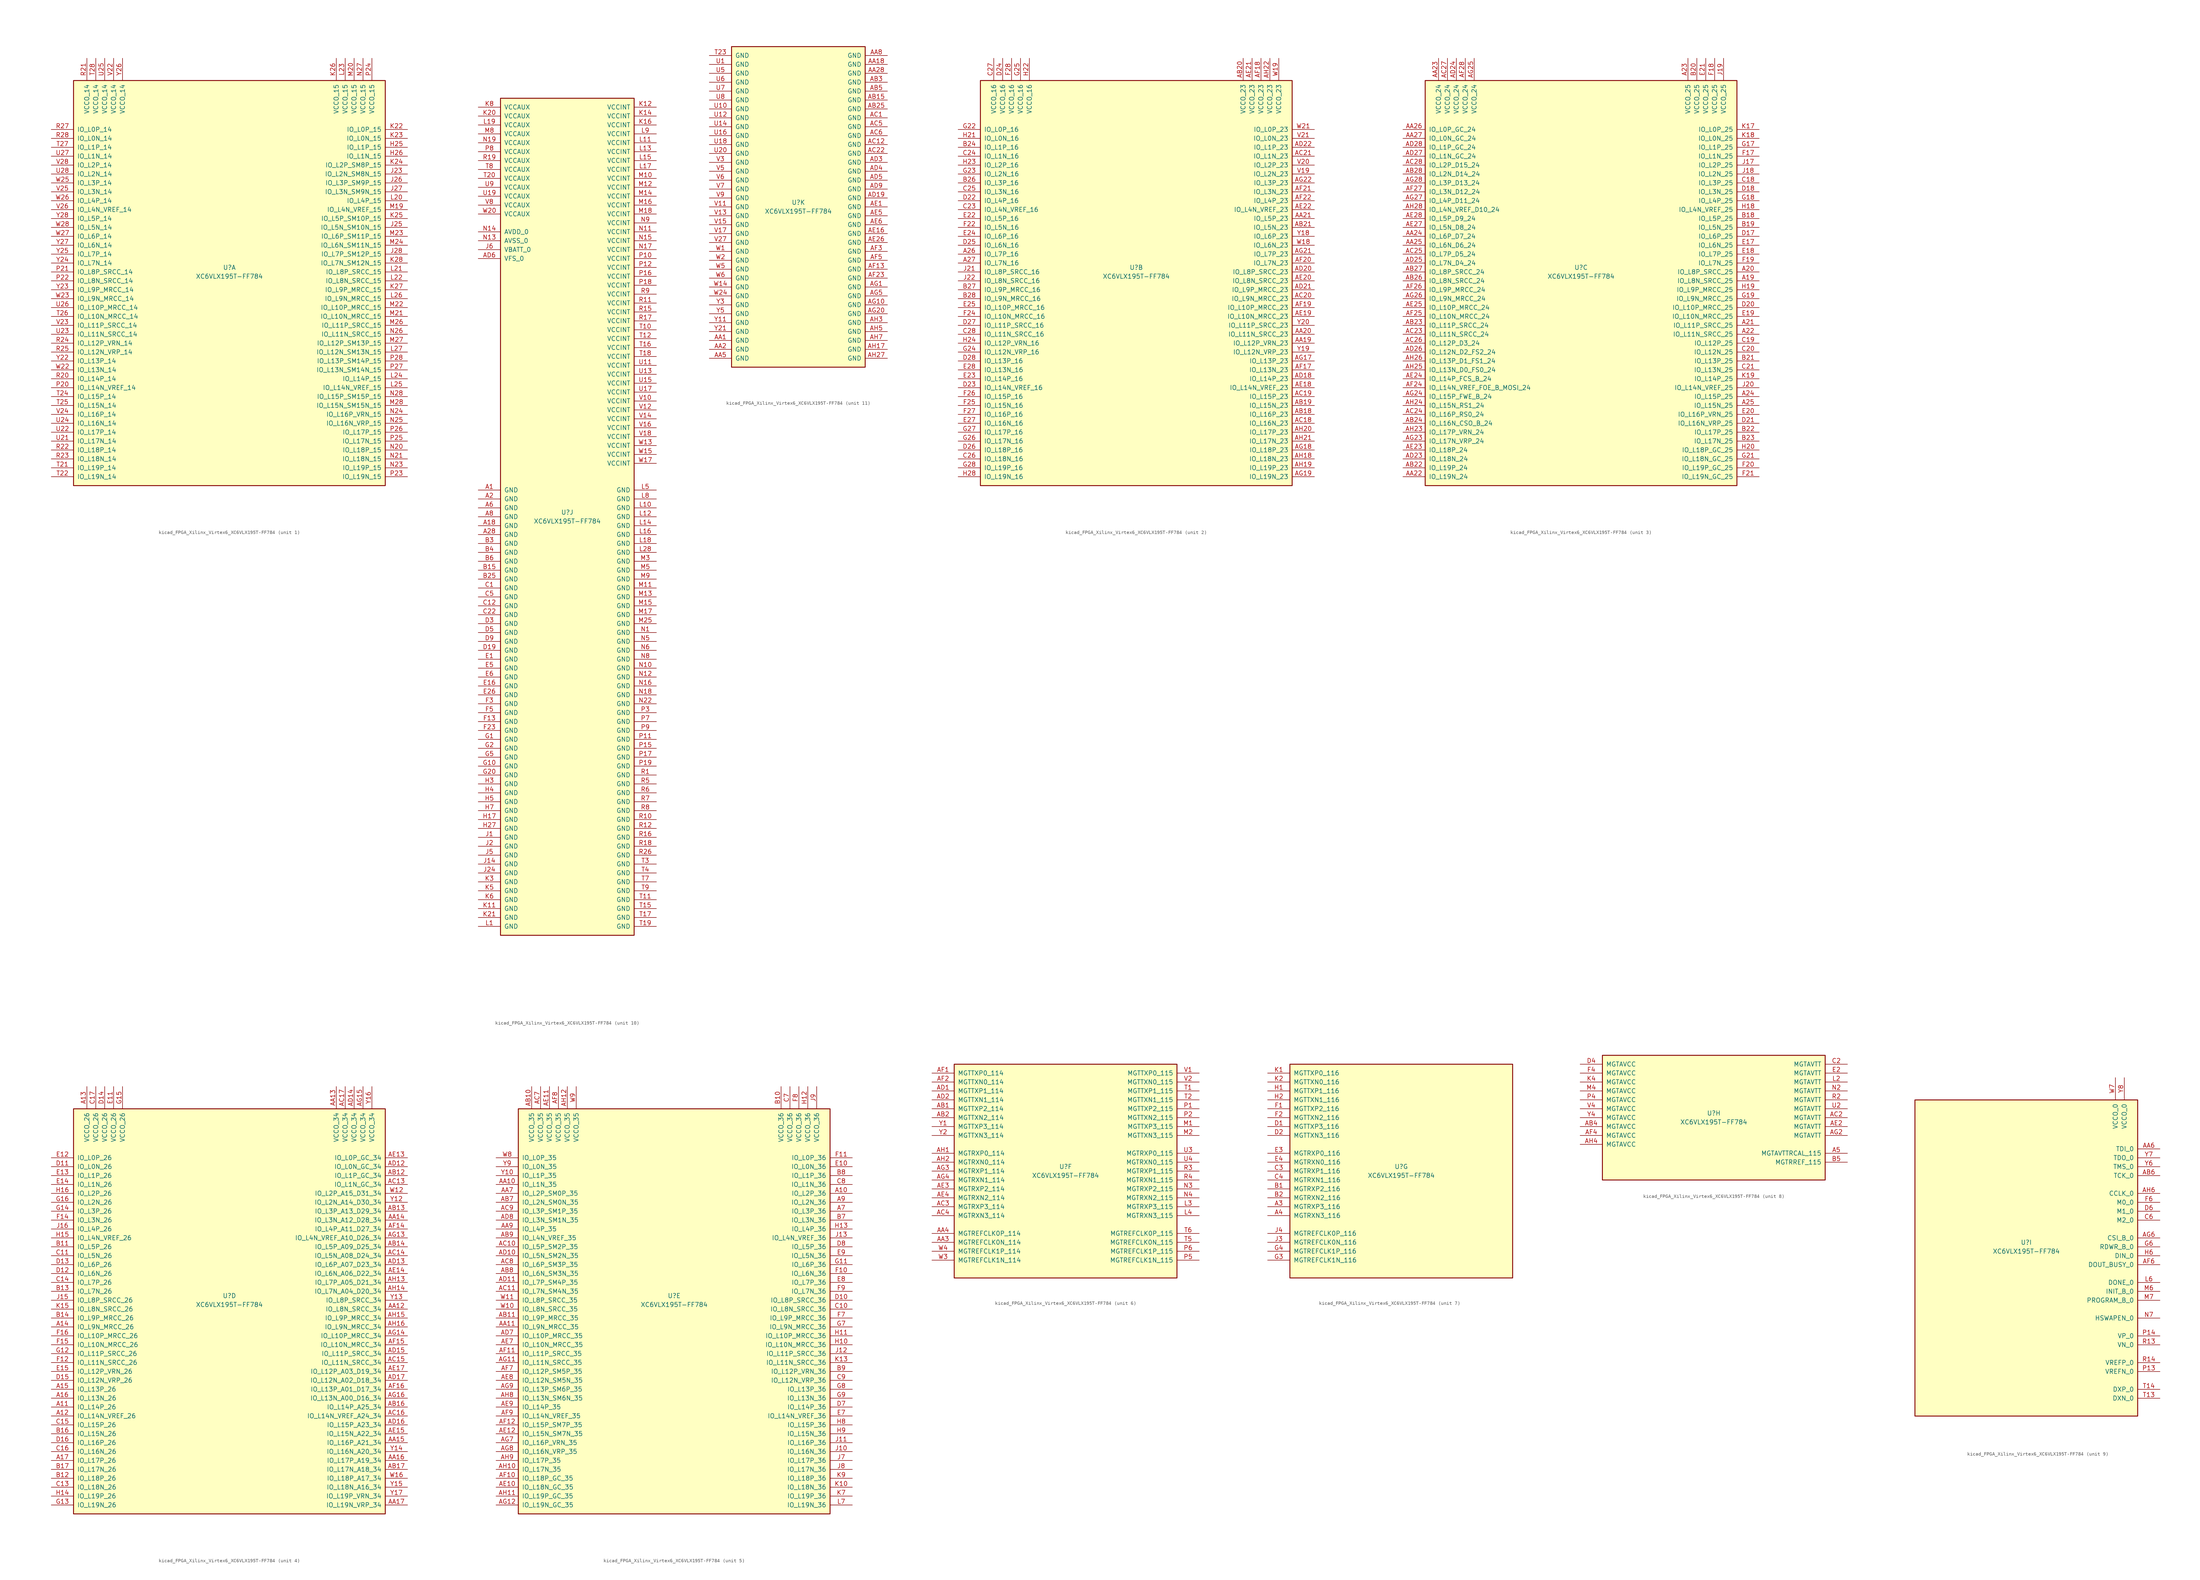
<source format=kicad_sym>
(kicad_symbol_lib
  (version 20220914)
  (generator kicad_symbol_editor)
  (symbol "kicad_FPGA_Xilinx_Virtex6_XC6VLX195T-FF784"
    (pin_names
      (offset 1.016))
    (property "Reference" "U"
      (at 0 1.27 0)
      (effects (font (size 1.27 1.27))))
    (property "Value" "XC6VLX195T-FF784"
      (at 0 -1.27 0)
      (effects (font (size 1.27 1.27))))
    (property "Datasheet" ""
      (at 0 0 0)
      (effects (font (size 1.27 1.27))))
    (property "ki_locked" ""
      (at 0 0 0)
      (effects (font (size 1.27 1.27))))
    (symbol "kicad_FPGA_Xilinx_Virtex6_XC6VLX195T-FF784_1_1"
      (rectangle (start -44.45 54.61) (end 44.45 -60.96) (stroke (width 0.254) (type default)) (fill (type background)))
      (pin bidirectional line (at 50.8 35.56 180) (length 6.35) (name "IO_L1P_15" (effects (font (size 1.27 1.27)))) (number "H25" (effects (font (size 1.27 1.27)))))
      (pin bidirectional line (at 50.8 33.02 180) (length 6.35) (name "IO_L1N_15" (effects (font (size 1.27 1.27)))) (number "H26" (effects (font (size 1.27 1.27)))))
      (pin bidirectional line (at 50.8 27.94 180) (length 6.35) (name "IO_L2N_SM8N_15" (effects (font (size 1.27 1.27)))) (number "J23" (effects (font (size 1.27 1.27)))))
      (pin bidirectional line (at 50.8 12.7 180) (length 6.35) (name "IO_L5N_SM10N_15" (effects (font (size 1.27 1.27)))) (number "J25" (effects (font (size 1.27 1.27)))))
      (pin bidirectional line (at 50.8 25.4 180) (length 6.35) (name "IO_L3P_SM9P_15" (effects (font (size 1.27 1.27)))) (number "J26" (effects (font (size 1.27 1.27)))))
      (pin bidirectional line (at 50.8 22.86 180) (length 6.35) (name "IO_L3N_SM9N_15" (effects (font (size 1.27 1.27)))) (number "J27" (effects (font (size 1.27 1.27)))))
      (pin bidirectional line (at 50.8 5.08 180) (length 6.35) (name "IO_L7P_SM12P_15" (effects (font (size 1.27 1.27)))) (number "J28" (effects (font (size 1.27 1.27)))))
      (pin bidirectional line (at 50.8 40.64 180) (length 6.35) (name "IO_L0P_15" (effects (font (size 1.27 1.27)))) (number "K22" (effects (font (size 1.27 1.27)))))
      (pin bidirectional line (at 50.8 38.1 180) (length 6.35) (name "IO_L0N_15" (effects (font (size 1.27 1.27)))) (number "K23" (effects (font (size 1.27 1.27)))))
      (pin bidirectional line (at 50.8 30.48 180) (length 6.35) (name "IO_L2P_SM8P_15" (effects (font (size 1.27 1.27)))) (number "K24" (effects (font (size 1.27 1.27)))))
      (pin bidirectional line (at 50.8 15.24 180) (length 6.35) (name "IO_L5P_SM10P_15" (effects (font (size 1.27 1.27)))) (number "K25" (effects (font (size 1.27 1.27)))))
      (pin power_in line (at 30.48 60.96 270) (length 6.35) (name "VCCO_15" (effects (font (size 1.27 1.27)))) (number "K26" (effects (font (size 1.27 1.27)))))
      (pin bidirectional line (at 50.8 -5.08 180) (length 6.35) (name "IO_L9P_MRCC_15" (effects (font (size 1.27 1.27)))) (number "K27" (effects (font (size 1.27 1.27)))))
      (pin bidirectional line (at 50.8 2.54 180) (length 6.35) (name "IO_L7N_SM12N_15" (effects (font (size 1.27 1.27)))) (number "K28" (effects (font (size 1.27 1.27)))))
      (pin bidirectional line (at 50.8 20.32 180) (length 6.35) (name "IO_L4P_15" (effects (font (size 1.27 1.27)))) (number "L20" (effects (font (size 1.27 1.27)))))
      (pin bidirectional line (at 50.8 0 180) (length 6.35) (name "IO_L8P_SRCC_15" (effects (font (size 1.27 1.27)))) (number "L21" (effects (font (size 1.27 1.27)))))
      (pin bidirectional line (at 50.8 -2.54 180) (length 6.35) (name "IO_L8N_SRCC_15" (effects (font (size 1.27 1.27)))) (number "L22" (effects (font (size 1.27 1.27)))))
      (pin power_in line (at 33.02 60.96 270) (length 6.35) (name "VCCO_15" (effects (font (size 1.27 1.27)))) (number "L23" (effects (font (size 1.27 1.27)))))
      (pin bidirectional line (at 50.8 -30.48 180) (length 6.35) (name "IO_L14P_15" (effects (font (size 1.27 1.27)))) (number "L24" (effects (font (size 1.27 1.27)))))
      (pin bidirectional line (at 50.8 -33.02 180) (length 6.35) (name "IO_L14N_VREF_15" (effects (font (size 1.27 1.27)))) (number "L25" (effects (font (size 1.27 1.27)))))
      (pin bidirectional line (at 50.8 -7.62 180) (length 6.35) (name "IO_L9N_MRCC_15" (effects (font (size 1.27 1.27)))) (number "L26" (effects (font (size 1.27 1.27)))))
      (pin bidirectional line (at 50.8 -22.86 180) (length 6.35) (name "IO_L12N_SM13N_15" (effects (font (size 1.27 1.27)))) (number "L27" (effects (font (size 1.27 1.27)))))
      (pin bidirectional line (at 50.8 17.78 180) (length 6.35) (name "IO_L4N_VREF_15" (effects (font (size 1.27 1.27)))) (number "M19" (effects (font (size 1.27 1.27)))))
      (pin power_in line (at 35.56 60.96 270) (length 6.35) (name "VCCO_15" (effects (font (size 1.27 1.27)))) (number "M20" (effects (font (size 1.27 1.27)))))
      (pin bidirectional line (at 50.8 -12.7 180) (length 6.35) (name "IO_L10N_MRCC_15" (effects (font (size 1.27 1.27)))) (number "M21" (effects (font (size 1.27 1.27)))))
      (pin bidirectional line (at 50.8 -10.16 180) (length 6.35) (name "IO_L10P_MRCC_15" (effects (font (size 1.27 1.27)))) (number "M22" (effects (font (size 1.27 1.27)))))
      (pin bidirectional line (at 50.8 10.16 180) (length 6.35) (name "IO_L6P_SM11P_15" (effects (font (size 1.27 1.27)))) (number "M23" (effects (font (size 1.27 1.27)))))
      (pin bidirectional line (at 50.8 7.62 180) (length 6.35) (name "IO_L6N_SM11N_15" (effects (font (size 1.27 1.27)))) (number "M24" (effects (font (size 1.27 1.27)))))
      (pin bidirectional line (at 50.8 -15.24 180) (length 6.35) (name "IO_L11P_SRCC_15" (effects (font (size 1.27 1.27)))) (number "M26" (effects (font (size 1.27 1.27)))))
      (pin bidirectional line (at 50.8 -20.32 180) (length 6.35) (name "IO_L12P_SM13P_15" (effects (font (size 1.27 1.27)))) (number "M27" (effects (font (size 1.27 1.27)))))
      (pin bidirectional line (at 50.8 -38.1 180) (length 6.35) (name "IO_L15N_SM15N_15" (effects (font (size 1.27 1.27)))) (number "M28" (effects (font (size 1.27 1.27)))))
      (pin bidirectional line (at 50.8 -50.8 180) (length 6.35) (name "IO_L18P_15" (effects (font (size 1.27 1.27)))) (number "N20" (effects (font (size 1.27 1.27)))))
      (pin bidirectional line (at 50.8 -53.34 180) (length 6.35) (name "IO_L18N_15" (effects (font (size 1.27 1.27)))) (number "N21" (effects (font (size 1.27 1.27)))))
      (pin bidirectional line (at 50.8 -55.88 180) (length 6.35) (name "IO_L19P_15" (effects (font (size 1.27 1.27)))) (number "N23" (effects (font (size 1.27 1.27)))))
      (pin bidirectional line (at 50.8 -40.64 180) (length 6.35) (name "IO_L16P_VRN_15" (effects (font (size 1.27 1.27)))) (number "N24" (effects (font (size 1.27 1.27)))))
      (pin bidirectional line (at 50.8 -43.18 180) (length 6.35) (name "IO_L16N_VRP_15" (effects (font (size 1.27 1.27)))) (number "N25" (effects (font (size 1.27 1.27)))))
      (pin bidirectional line (at 50.8 -17.78 180) (length 6.35) (name "IO_L11N_SRCC_15" (effects (font (size 1.27 1.27)))) (number "N26" (effects (font (size 1.27 1.27)))))
      (pin power_in line (at 38.1 60.96 270) (length 6.35) (name "VCCO_15" (effects (font (size 1.27 1.27)))) (number "N27" (effects (font (size 1.27 1.27)))))
      (pin bidirectional line (at 50.8 -35.56 180) (length 6.35) (name "IO_L15P_SM15P_15" (effects (font (size 1.27 1.27)))) (number "N28" (effects (font (size 1.27 1.27)))))
      (pin bidirectional line (at -50.8 -33.02 0) (length 6.35) (name "IO_L14N_VREF_14" (effects (font (size 1.27 1.27)))) (number "P20" (effects (font (size 1.27 1.27)))))
      (pin bidirectional line (at -50.8 0 0) (length 6.35) (name "IO_L8P_SRCC_14" (effects (font (size 1.27 1.27)))) (number "P21" (effects (font (size 1.27 1.27)))))
      (pin bidirectional line (at -50.8 -2.54 0) (length 6.35) (name "IO_L8N_SRCC_14" (effects (font (size 1.27 1.27)))) (number "P22" (effects (font (size 1.27 1.27)))))
      (pin bidirectional line (at 50.8 -58.42 180) (length 6.35) (name "IO_L19N_15" (effects (font (size 1.27 1.27)))) (number "P23" (effects (font (size 1.27 1.27)))))
      (pin power_in line (at 40.64 60.96 270) (length 6.35) (name "VCCO_15" (effects (font (size 1.27 1.27)))) (number "P24" (effects (font (size 1.27 1.27)))))
      (pin bidirectional line (at 50.8 -48.26 180) (length 6.35) (name "IO_L17N_15" (effects (font (size 1.27 1.27)))) (number "P25" (effects (font (size 1.27 1.27)))))
      (pin bidirectional line (at 50.8 -45.72 180) (length 6.35) (name "IO_L17P_15" (effects (font (size 1.27 1.27)))) (number "P26" (effects (font (size 1.27 1.27)))))
      (pin bidirectional line (at 50.8 -27.94 180) (length 6.35) (name "IO_L13N_SM14N_15" (effects (font (size 1.27 1.27)))) (number "P27" (effects (font (size 1.27 1.27)))))
      (pin bidirectional line (at 50.8 -25.4 180) (length 6.35) (name "IO_L13P_SM14P_15" (effects (font (size 1.27 1.27)))) (number "P28" (effects (font (size 1.27 1.27)))))
      (pin bidirectional line (at -50.8 -30.48 0) (length 6.35) (name "IO_L14P_14" (effects (font (size 1.27 1.27)))) (number "R20" (effects (font (size 1.27 1.27)))))
      (pin power_in line (at -40.64 60.96 270) (length 6.35) (name "VCCO_14" (effects (font (size 1.27 1.27)))) (number "R21" (effects (font (size 1.27 1.27)))))
      (pin bidirectional line (at -50.8 -50.8 0) (length 6.35) (name "IO_L18P_14" (effects (font (size 1.27 1.27)))) (number "R22" (effects (font (size 1.27 1.27)))))
      (pin bidirectional line (at -50.8 -53.34 0) (length 6.35) (name "IO_L18N_14" (effects (font (size 1.27 1.27)))) (number "R23" (effects (font (size 1.27 1.27)))))
      (pin bidirectional line (at -50.8 -20.32 0) (length 6.35) (name "IO_L12P_VRN_14" (effects (font (size 1.27 1.27)))) (number "R24" (effects (font (size 1.27 1.27)))))
      (pin bidirectional line (at -50.8 -22.86 0) (length 6.35) (name "IO_L12N_VRP_14" (effects (font (size 1.27 1.27)))) (number "R25" (effects (font (size 1.27 1.27)))))
      (pin bidirectional line (at -50.8 40.64 0) (length 6.35) (name "IO_L0P_14" (effects (font (size 1.27 1.27)))) (number "R27" (effects (font (size 1.27 1.27)))))
      (pin bidirectional line (at -50.8 38.1 0) (length 6.35) (name "IO_L0N_14" (effects (font (size 1.27 1.27)))) (number "R28" (effects (font (size 1.27 1.27)))))
      (pin bidirectional line (at -50.8 -55.88 0) (length 6.35) (name "IO_L19P_14" (effects (font (size 1.27 1.27)))) (number "T21" (effects (font (size 1.27 1.27)))))
      (pin bidirectional line (at -50.8 -58.42 0) (length 6.35) (name "IO_L19N_14" (effects (font (size 1.27 1.27)))) (number "T22" (effects (font (size 1.27 1.27)))))
      (pin bidirectional line (at -50.8 -35.56 0) (length 6.35) (name "IO_L15P_14" (effects (font (size 1.27 1.27)))) (number "T24" (effects (font (size 1.27 1.27)))))
      (pin bidirectional line (at -50.8 -38.1 0) (length 6.35) (name "IO_L15N_14" (effects (font (size 1.27 1.27)))) (number "T25" (effects (font (size 1.27 1.27)))))
      (pin bidirectional line (at -50.8 -12.7 0) (length 6.35) (name "IO_L10N_MRCC_14" (effects (font (size 1.27 1.27)))) (number "T26" (effects (font (size 1.27 1.27)))))
      (pin bidirectional line (at -50.8 35.56 0) (length 6.35) (name "IO_L1P_14" (effects (font (size 1.27 1.27)))) (number "T27" (effects (font (size 1.27 1.27)))))
      (pin power_in line (at -38.1 60.96 270) (length 6.35) (name "VCCO_14" (effects (font (size 1.27 1.27)))) (number "T28" (effects (font (size 1.27 1.27)))))
      (pin bidirectional line (at -50.8 -48.26 0) (length 6.35) (name "IO_L17N_14" (effects (font (size 1.27 1.27)))) (number "U21" (effects (font (size 1.27 1.27)))))
      (pin bidirectional line (at -50.8 -45.72 0) (length 6.35) (name "IO_L17P_14" (effects (font (size 1.27 1.27)))) (number "U22" (effects (font (size 1.27 1.27)))))
      (pin bidirectional line (at -50.8 -17.78 0) (length 6.35) (name "IO_L11N_SRCC_14" (effects (font (size 1.27 1.27)))) (number "U23" (effects (font (size 1.27 1.27)))))
      (pin bidirectional line (at -50.8 -43.18 0) (length 6.35) (name "IO_L16N_14" (effects (font (size 1.27 1.27)))) (number "U24" (effects (font (size 1.27 1.27)))))
      (pin power_in line (at -35.56 60.96 270) (length 6.35) (name "VCCO_14" (effects (font (size 1.27 1.27)))) (number "U25" (effects (font (size 1.27 1.27)))))
      (pin bidirectional line (at -50.8 -10.16 0) (length 6.35) (name "IO_L10P_MRCC_14" (effects (font (size 1.27 1.27)))) (number "U26" (effects (font (size 1.27 1.27)))))
      (pin bidirectional line (at -50.8 33.02 0) (length 6.35) (name "IO_L1N_14" (effects (font (size 1.27 1.27)))) (number "U27" (effects (font (size 1.27 1.27)))))
      (pin bidirectional line (at -50.8 27.94 0) (length 6.35) (name "IO_L2N_14" (effects (font (size 1.27 1.27)))) (number "U28" (effects (font (size 1.27 1.27)))))
      (pin power_in line (at -33.02 60.96 270) (length 6.35) (name "VCCO_14" (effects (font (size 1.27 1.27)))) (number "V22" (effects (font (size 1.27 1.27)))))
      (pin bidirectional line (at -50.8 -15.24 0) (length 6.35) (name "IO_L11P_SRCC_14" (effects (font (size 1.27 1.27)))) (number "V23" (effects (font (size 1.27 1.27)))))
      (pin bidirectional line (at -50.8 -40.64 0) (length 6.35) (name "IO_L16P_14" (effects (font (size 1.27 1.27)))) (number "V24" (effects (font (size 1.27 1.27)))))
      (pin bidirectional line (at -50.8 22.86 0) (length 6.35) (name "IO_L3N_14" (effects (font (size 1.27 1.27)))) (number "V25" (effects (font (size 1.27 1.27)))))
      (pin bidirectional line (at -50.8 17.78 0) (length 6.35) (name "IO_L4N_VREF_14" (effects (font (size 1.27 1.27)))) (number "V26" (effects (font (size 1.27 1.27)))))
      (pin bidirectional line (at -50.8 30.48 0) (length 6.35) (name "IO_L2P_14" (effects (font (size 1.27 1.27)))) (number "V28" (effects (font (size 1.27 1.27)))))
      (pin bidirectional line (at -50.8 -27.94 0) (length 6.35) (name "IO_L13N_14" (effects (font (size 1.27 1.27)))) (number "W22" (effects (font (size 1.27 1.27)))))
      (pin bidirectional line (at -50.8 -7.62 0) (length 6.35) (name "IO_L9N_MRCC_14" (effects (font (size 1.27 1.27)))) (number "W23" (effects (font (size 1.27 1.27)))))
      (pin bidirectional line (at -50.8 25.4 0) (length 6.35) (name "IO_L3P_14" (effects (font (size 1.27 1.27)))) (number "W25" (effects (font (size 1.27 1.27)))))
      (pin bidirectional line (at -50.8 20.32 0) (length 6.35) (name "IO_L4P_14" (effects (font (size 1.27 1.27)))) (number "W26" (effects (font (size 1.27 1.27)))))
      (pin bidirectional line (at -50.8 10.16 0) (length 6.35) (name "IO_L6P_14" (effects (font (size 1.27 1.27)))) (number "W27" (effects (font (size 1.27 1.27)))))
      (pin bidirectional line (at -50.8 12.7 0) (length 6.35) (name "IO_L5N_14" (effects (font (size 1.27 1.27)))) (number "W28" (effects (font (size 1.27 1.27)))))
      (pin bidirectional line (at -50.8 -25.4 0) (length 6.35) (name "IO_L13P_14" (effects (font (size 1.27 1.27)))) (number "Y22" (effects (font (size 1.27 1.27)))))
      (pin bidirectional line (at -50.8 -5.08 0) (length 6.35) (name "IO_L9P_MRCC_14" (effects (font (size 1.27 1.27)))) (number "Y23" (effects (font (size 1.27 1.27)))))
      (pin bidirectional line (at -50.8 2.54 0) (length 6.35) (name "IO_L7N_14" (effects (font (size 1.27 1.27)))) (number "Y24" (effects (font (size 1.27 1.27)))))
      (pin bidirectional line (at -50.8 5.08 0) (length 6.35) (name "IO_L7P_14" (effects (font (size 1.27 1.27)))) (number "Y25" (effects (font (size 1.27 1.27)))))
      (pin power_in line (at -30.48 60.96 270) (length 6.35) (name "VCCO_14" (effects (font (size 1.27 1.27)))) (number "Y26" (effects (font (size 1.27 1.27)))))
      (pin bidirectional line (at -50.8 7.62 0) (length 6.35) (name "IO_L6N_14" (effects (font (size 1.27 1.27)))) (number "Y27" (effects (font (size 1.27 1.27)))))
      (pin bidirectional line (at -50.8 15.24 0) (length 6.35) (name "IO_L5P_14" (effects (font (size 1.27 1.27)))) (number "Y28" (effects (font (size 1.27 1.27))))))
    (symbol "kicad_FPGA_Xilinx_Virtex6_XC6VLX195T-FF784_2_1"
      (rectangle (start -44.45 54.61) (end 44.45 -60.96) (stroke (width 0.254) (type default)) (fill (type background)))
      (pin bidirectional line (at -50.8 5.08 0) (length 6.35) (name "IO_L7P_16" (effects (font (size 1.27 1.27)))) (number "A26" (effects (font (size 1.27 1.27)))))
      (pin bidirectional line (at -50.8 2.54 0) (length 6.35) (name "IO_L7N_16" (effects (font (size 1.27 1.27)))) (number "A27" (effects (font (size 1.27 1.27)))))
      (pin bidirectional line (at 50.8 -20.32 180) (length 6.35) (name "IO_L12P_VRN_23" (effects (font (size 1.27 1.27)))) (number "AA19" (effects (font (size 1.27 1.27)))))
      (pin bidirectional line (at 50.8 -17.78 180) (length 6.35) (name "IO_L11N_SRCC_23" (effects (font (size 1.27 1.27)))) (number "AA20" (effects (font (size 1.27 1.27)))))
      (pin bidirectional line (at 50.8 15.24 180) (length 6.35) (name "IO_L5P_23" (effects (font (size 1.27 1.27)))) (number "AA21" (effects (font (size 1.27 1.27)))))
      (pin bidirectional line (at 50.8 -40.64 180) (length 6.35) (name "IO_L16P_23" (effects (font (size 1.27 1.27)))) (number "AB18" (effects (font (size 1.27 1.27)))))
      (pin bidirectional line (at 50.8 -38.1 180) (length 6.35) (name "IO_L15N_23" (effects (font (size 1.27 1.27)))) (number "AB19" (effects (font (size 1.27 1.27)))))
      (pin power_in line (at 30.48 60.96 270) (length 6.35) (name "VCCO_23" (effects (font (size 1.27 1.27)))) (number "AB20" (effects (font (size 1.27 1.27)))))
      (pin bidirectional line (at 50.8 12.7 180) (length 6.35) (name "IO_L5N_23" (effects (font (size 1.27 1.27)))) (number "AB21" (effects (font (size 1.27 1.27)))))
      (pin bidirectional line (at 50.8 -43.18 180) (length 6.35) (name "IO_L16N_23" (effects (font (size 1.27 1.27)))) (number "AC18" (effects (font (size 1.27 1.27)))))
      (pin bidirectional line (at 50.8 -35.56 180) (length 6.35) (name "IO_L15P_23" (effects (font (size 1.27 1.27)))) (number "AC19" (effects (font (size 1.27 1.27)))))
      (pin bidirectional line (at 50.8 -7.62 180) (length 6.35) (name "IO_L9N_MRCC_23" (effects (font (size 1.27 1.27)))) (number "AC20" (effects (font (size 1.27 1.27)))))
      (pin bidirectional line (at 50.8 33.02 180) (length 6.35) (name "IO_L1N_23" (effects (font (size 1.27 1.27)))) (number "AC21" (effects (font (size 1.27 1.27)))))
      (pin bidirectional line (at 50.8 -30.48 180) (length 6.35) (name "IO_L14P_23" (effects (font (size 1.27 1.27)))) (number "AD18" (effects (font (size 1.27 1.27)))))
      (pin bidirectional line (at 50.8 0 180) (length 6.35) (name "IO_L8P_SRCC_23" (effects (font (size 1.27 1.27)))) (number "AD20" (effects (font (size 1.27 1.27)))))
      (pin bidirectional line (at 50.8 -5.08 180) (length 6.35) (name "IO_L9P_MRCC_23" (effects (font (size 1.27 1.27)))) (number "AD21" (effects (font (size 1.27 1.27)))))
      (pin bidirectional line (at 50.8 35.56 180) (length 6.35) (name "IO_L1P_23" (effects (font (size 1.27 1.27)))) (number "AD22" (effects (font (size 1.27 1.27)))))
      (pin bidirectional line (at 50.8 -33.02 180) (length 6.35) (name "IO_L14N_VREF_23" (effects (font (size 1.27 1.27)))) (number "AE18" (effects (font (size 1.27 1.27)))))
      (pin bidirectional line (at 50.8 -12.7 180) (length 6.35) (name "IO_L10N_MRCC_23" (effects (font (size 1.27 1.27)))) (number "AE19" (effects (font (size 1.27 1.27)))))
      (pin bidirectional line (at 50.8 -2.54 180) (length 6.35) (name "IO_L8N_SRCC_23" (effects (font (size 1.27 1.27)))) (number "AE20" (effects (font (size 1.27 1.27)))))
      (pin power_in line (at 33.02 60.96 270) (length 6.35) (name "VCCO_23" (effects (font (size 1.27 1.27)))) (number "AE21" (effects (font (size 1.27 1.27)))))
      (pin bidirectional line (at 50.8 17.78 180) (length 6.35) (name "IO_L4N_VREF_23" (effects (font (size 1.27 1.27)))) (number "AE22" (effects (font (size 1.27 1.27)))))
      (pin bidirectional line (at 50.8 -27.94 180) (length 6.35) (name "IO_L13N_23" (effects (font (size 1.27 1.27)))) (number "AF17" (effects (font (size 1.27 1.27)))))
      (pin power_in line (at 35.56 60.96 270) (length 6.35) (name "VCCO_23" (effects (font (size 1.27 1.27)))) (number "AF18" (effects (font (size 1.27 1.27)))))
      (pin bidirectional line (at 50.8 -10.16 180) (length 6.35) (name "IO_L10P_MRCC_23" (effects (font (size 1.27 1.27)))) (number "AF19" (effects (font (size 1.27 1.27)))))
      (pin bidirectional line (at 50.8 2.54 180) (length 6.35) (name "IO_L7N_23" (effects (font (size 1.27 1.27)))) (number "AF20" (effects (font (size 1.27 1.27)))))
      (pin bidirectional line (at 50.8 22.86 180) (length 6.35) (name "IO_L3N_23" (effects (font (size 1.27 1.27)))) (number "AF21" (effects (font (size 1.27 1.27)))))
      (pin bidirectional line (at 50.8 20.32 180) (length 6.35) (name "IO_L4P_23" (effects (font (size 1.27 1.27)))) (number "AF22" (effects (font (size 1.27 1.27)))))
      (pin bidirectional line (at 50.8 -25.4 180) (length 6.35) (name "IO_L13P_23" (effects (font (size 1.27 1.27)))) (number "AG17" (effects (font (size 1.27 1.27)))))
      (pin bidirectional line (at 50.8 -50.8 180) (length 6.35) (name "IO_L18P_23" (effects (font (size 1.27 1.27)))) (number "AG18" (effects (font (size 1.27 1.27)))))
      (pin bidirectional line (at 50.8 -58.42 180) (length 6.35) (name "IO_L19N_23" (effects (font (size 1.27 1.27)))) (number "AG19" (effects (font (size 1.27 1.27)))))
      (pin bidirectional line (at 50.8 5.08 180) (length 6.35) (name "IO_L7P_23" (effects (font (size 1.27 1.27)))) (number "AG21" (effects (font (size 1.27 1.27)))))
      (pin bidirectional line (at 50.8 25.4 180) (length 6.35) (name "IO_L3P_23" (effects (font (size 1.27 1.27)))) (number "AG22" (effects (font (size 1.27 1.27)))))
      (pin bidirectional line (at 50.8 -53.34 180) (length 6.35) (name "IO_L18N_23" (effects (font (size 1.27 1.27)))) (number "AH18" (effects (font (size 1.27 1.27)))))
      (pin bidirectional line (at 50.8 -55.88 180) (length 6.35) (name "IO_L19P_23" (effects (font (size 1.27 1.27)))) (number "AH19" (effects (font (size 1.27 1.27)))))
      (pin bidirectional line (at 50.8 -45.72 180) (length 6.35) (name "IO_L17P_23" (effects (font (size 1.27 1.27)))) (number "AH20" (effects (font (size 1.27 1.27)))))
      (pin bidirectional line (at 50.8 -48.26 180) (length 6.35) (name "IO_L17N_23" (effects (font (size 1.27 1.27)))) (number "AH21" (effects (font (size 1.27 1.27)))))
      (pin power_in line (at 38.1 60.96 270) (length 6.35) (name "VCCO_23" (effects (font (size 1.27 1.27)))) (number "AH22" (effects (font (size 1.27 1.27)))))
      (pin bidirectional line (at -50.8 35.56 0) (length 6.35) (name "IO_L1P_16" (effects (font (size 1.27 1.27)))) (number "B24" (effects (font (size 1.27 1.27)))))
      (pin bidirectional line (at -50.8 25.4 0) (length 6.35) (name "IO_L3P_16" (effects (font (size 1.27 1.27)))) (number "B26" (effects (font (size 1.27 1.27)))))
      (pin bidirectional line (at -50.8 -5.08 0) (length 6.35) (name "IO_L9P_MRCC_16" (effects (font (size 1.27 1.27)))) (number "B27" (effects (font (size 1.27 1.27)))))
      (pin bidirectional line (at -50.8 -7.62 0) (length 6.35) (name "IO_L9N_MRCC_16" (effects (font (size 1.27 1.27)))) (number "B28" (effects (font (size 1.27 1.27)))))
      (pin bidirectional line (at -50.8 17.78 0) (length 6.35) (name "IO_L4N_VREF_16" (effects (font (size 1.27 1.27)))) (number "C23" (effects (font (size 1.27 1.27)))))
      (pin bidirectional line (at -50.8 33.02 0) (length 6.35) (name "IO_L1N_16" (effects (font (size 1.27 1.27)))) (number "C24" (effects (font (size 1.27 1.27)))))
      (pin bidirectional line (at -50.8 22.86 0) (length 6.35) (name "IO_L3N_16" (effects (font (size 1.27 1.27)))) (number "C25" (effects (font (size 1.27 1.27)))))
      (pin bidirectional line (at -50.8 -53.34 0) (length 6.35) (name "IO_L18N_16" (effects (font (size 1.27 1.27)))) (number "C26" (effects (font (size 1.27 1.27)))))
      (pin power_in line (at -40.64 60.96 270) (length 6.35) (name "VCCO_16" (effects (font (size 1.27 1.27)))) (number "C27" (effects (font (size 1.27 1.27)))))
      (pin bidirectional line (at -50.8 -17.78 0) (length 6.35) (name "IO_L11N_SRCC_16" (effects (font (size 1.27 1.27)))) (number "C28" (effects (font (size 1.27 1.27)))))
      (pin bidirectional line (at -50.8 20.32 0) (length 6.35) (name "IO_L4P_16" (effects (font (size 1.27 1.27)))) (number "D22" (effects (font (size 1.27 1.27)))))
      (pin bidirectional line (at -50.8 -33.02 0) (length 6.35) (name "IO_L14N_VREF_16" (effects (font (size 1.27 1.27)))) (number "D23" (effects (font (size 1.27 1.27)))))
      (pin power_in line (at -38.1 60.96 270) (length 6.35) (name "VCCO_16" (effects (font (size 1.27 1.27)))) (number "D24" (effects (font (size 1.27 1.27)))))
      (pin bidirectional line (at -50.8 7.62 0) (length 6.35) (name "IO_L6N_16" (effects (font (size 1.27 1.27)))) (number "D25" (effects (font (size 1.27 1.27)))))
      (pin bidirectional line (at -50.8 -50.8 0) (length 6.35) (name "IO_L18P_16" (effects (font (size 1.27 1.27)))) (number "D26" (effects (font (size 1.27 1.27)))))
      (pin bidirectional line (at -50.8 -15.24 0) (length 6.35) (name "IO_L11P_SRCC_16" (effects (font (size 1.27 1.27)))) (number "D27" (effects (font (size 1.27 1.27)))))
      (pin bidirectional line (at -50.8 -25.4 0) (length 6.35) (name "IO_L13P_16" (effects (font (size 1.27 1.27)))) (number "D28" (effects (font (size 1.27 1.27)))))
      (pin bidirectional line (at -50.8 15.24 0) (length 6.35) (name "IO_L5P_16" (effects (font (size 1.27 1.27)))) (number "E22" (effects (font (size 1.27 1.27)))))
      (pin bidirectional line (at -50.8 -30.48 0) (length 6.35) (name "IO_L14P_16" (effects (font (size 1.27 1.27)))) (number "E23" (effects (font (size 1.27 1.27)))))
      (pin bidirectional line (at -50.8 10.16 0) (length 6.35) (name "IO_L6P_16" (effects (font (size 1.27 1.27)))) (number "E24" (effects (font (size 1.27 1.27)))))
      (pin bidirectional line (at -50.8 -10.16 0) (length 6.35) (name "IO_L10P_MRCC_16" (effects (font (size 1.27 1.27)))) (number "E25" (effects (font (size 1.27 1.27)))))
      (pin bidirectional line (at -50.8 -43.18 0) (length 6.35) (name "IO_L16N_16" (effects (font (size 1.27 1.27)))) (number "E27" (effects (font (size 1.27 1.27)))))
      (pin bidirectional line (at -50.8 -27.94 0) (length 6.35) (name "IO_L13N_16" (effects (font (size 1.27 1.27)))) (number "E28" (effects (font (size 1.27 1.27)))))
      (pin bidirectional line (at -50.8 12.7 0) (length 6.35) (name "IO_L5N_16" (effects (font (size 1.27 1.27)))) (number "F22" (effects (font (size 1.27 1.27)))))
      (pin bidirectional line (at -50.8 -12.7 0) (length 6.35) (name "IO_L10N_MRCC_16" (effects (font (size 1.27 1.27)))) (number "F24" (effects (font (size 1.27 1.27)))))
      (pin bidirectional line (at -50.8 -38.1 0) (length 6.35) (name "IO_L15N_16" (effects (font (size 1.27 1.27)))) (number "F25" (effects (font (size 1.27 1.27)))))
      (pin bidirectional line (at -50.8 -35.56 0) (length 6.35) (name "IO_L15P_16" (effects (font (size 1.27 1.27)))) (number "F26" (effects (font (size 1.27 1.27)))))
      (pin bidirectional line (at -50.8 -40.64 0) (length 6.35) (name "IO_L16P_16" (effects (font (size 1.27 1.27)))) (number "F27" (effects (font (size 1.27 1.27)))))
      (pin power_in line (at -35.56 60.96 270) (length 6.35) (name "VCCO_16" (effects (font (size 1.27 1.27)))) (number "F28" (effects (font (size 1.27 1.27)))))
      (pin bidirectional line (at -50.8 40.64 0) (length 6.35) (name "IO_L0P_16" (effects (font (size 1.27 1.27)))) (number "G22" (effects (font (size 1.27 1.27)))))
      (pin bidirectional line (at -50.8 27.94 0) (length 6.35) (name "IO_L2N_16" (effects (font (size 1.27 1.27)))) (number "G23" (effects (font (size 1.27 1.27)))))
      (pin bidirectional line (at -50.8 -22.86 0) (length 6.35) (name "IO_L12N_VRP_16" (effects (font (size 1.27 1.27)))) (number "G24" (effects (font (size 1.27 1.27)))))
      (pin power_in line (at -33.02 60.96 270) (length 6.35) (name "VCCO_16" (effects (font (size 1.27 1.27)))) (number "G25" (effects (font (size 1.27 1.27)))))
      (pin bidirectional line (at -50.8 -48.26 0) (length 6.35) (name "IO_L17N_16" (effects (font (size 1.27 1.27)))) (number "G26" (effects (font (size 1.27 1.27)))))
      (pin bidirectional line (at -50.8 -45.72 0) (length 6.35) (name "IO_L17P_16" (effects (font (size 1.27 1.27)))) (number "G27" (effects (font (size 1.27 1.27)))))
      (pin bidirectional line (at -50.8 -55.88 0) (length 6.35) (name "IO_L19P_16" (effects (font (size 1.27 1.27)))) (number "G28" (effects (font (size 1.27 1.27)))))
      (pin bidirectional line (at -50.8 38.1 0) (length 6.35) (name "IO_L0N_16" (effects (font (size 1.27 1.27)))) (number "H21" (effects (font (size 1.27 1.27)))))
      (pin power_in line (at -30.48 60.96 270) (length 6.35) (name "VCCO_16" (effects (font (size 1.27 1.27)))) (number "H22" (effects (font (size 1.27 1.27)))))
      (pin bidirectional line (at -50.8 30.48 0) (length 6.35) (name "IO_L2P_16" (effects (font (size 1.27 1.27)))) (number "H23" (effects (font (size 1.27 1.27)))))
      (pin bidirectional line (at -50.8 -20.32 0) (length 6.35) (name "IO_L12P_VRN_16" (effects (font (size 1.27 1.27)))) (number "H24" (effects (font (size 1.27 1.27)))))
      (pin bidirectional line (at -50.8 -58.42 0) (length 6.35) (name "IO_L19N_16" (effects (font (size 1.27 1.27)))) (number "H28" (effects (font (size 1.27 1.27)))))
      (pin bidirectional line (at -50.8 0 0) (length 6.35) (name "IO_L8P_SRCC_16" (effects (font (size 1.27 1.27)))) (number "J21" (effects (font (size 1.27 1.27)))))
      (pin bidirectional line (at -50.8 -2.54 0) (length 6.35) (name "IO_L8N_SRCC_16" (effects (font (size 1.27 1.27)))) (number "J22" (effects (font (size 1.27 1.27)))))
      (pin bidirectional line (at 50.8 27.94 180) (length 6.35) (name "IO_L2N_23" (effects (font (size 1.27 1.27)))) (number "V19" (effects (font (size 1.27 1.27)))))
      (pin bidirectional line (at 50.8 30.48 180) (length 6.35) (name "IO_L2P_23" (effects (font (size 1.27 1.27)))) (number "V20" (effects (font (size 1.27 1.27)))))
      (pin bidirectional line (at 50.8 38.1 180) (length 6.35) (name "IO_L0N_23" (effects (font (size 1.27 1.27)))) (number "V21" (effects (font (size 1.27 1.27)))))
      (pin bidirectional line (at 50.8 7.62 180) (length 6.35) (name "IO_L6N_23" (effects (font (size 1.27 1.27)))) (number "W18" (effects (font (size 1.27 1.27)))))
      (pin power_in line (at 40.64 60.96 270) (length 6.35) (name "VCCO_23" (effects (font (size 1.27 1.27)))) (number "W19" (effects (font (size 1.27 1.27)))))
      (pin bidirectional line (at 50.8 40.64 180) (length 6.35) (name "IO_L0P_23" (effects (font (size 1.27 1.27)))) (number "W21" (effects (font (size 1.27 1.27)))))
      (pin bidirectional line (at 50.8 10.16 180) (length 6.35) (name "IO_L6P_23" (effects (font (size 1.27 1.27)))) (number "Y18" (effects (font (size 1.27 1.27)))))
      (pin bidirectional line (at 50.8 -22.86 180) (length 6.35) (name "IO_L12N_VRP_23" (effects (font (size 1.27 1.27)))) (number "Y19" (effects (font (size 1.27 1.27)))))
      (pin bidirectional line (at 50.8 -15.24 180) (length 6.35) (name "IO_L11P_SRCC_23" (effects (font (size 1.27 1.27)))) (number "Y20" (effects (font (size 1.27 1.27))))))
    (symbol "kicad_FPGA_Xilinx_Virtex6_XC6VLX195T-FF784_3_1"
      (rectangle (start -44.45 54.61) (end 44.45 -60.96) (stroke (width 0.254) (type default)) (fill (type background)))
      (pin bidirectional line (at 50.8 -2.54 180) (length 6.35) (name "IO_L8N_SRCC_25" (effects (font (size 1.27 1.27)))) (number "A19" (effects (font (size 1.27 1.27)))))
      (pin bidirectional line (at 50.8 0 180) (length 6.35) (name "IO_L8P_SRCC_25" (effects (font (size 1.27 1.27)))) (number "A20" (effects (font (size 1.27 1.27)))))
      (pin bidirectional line (at 50.8 -15.24 180) (length 6.35) (name "IO_L11P_SRCC_25" (effects (font (size 1.27 1.27)))) (number "A21" (effects (font (size 1.27 1.27)))))
      (pin bidirectional line (at 50.8 -17.78 180) (length 6.35) (name "IO_L11N_SRCC_25" (effects (font (size 1.27 1.27)))) (number "A22" (effects (font (size 1.27 1.27)))))
      (pin power_in line (at 30.48 60.96 270) (length 6.35) (name "VCCO_25" (effects (font (size 1.27 1.27)))) (number "A23" (effects (font (size 1.27 1.27)))))
      (pin bidirectional line (at 50.8 -35.56 180) (length 6.35) (name "IO_L15P_25" (effects (font (size 1.27 1.27)))) (number "A24" (effects (font (size 1.27 1.27)))))
      (pin bidirectional line (at 50.8 -38.1 180) (length 6.35) (name "IO_L15N_25" (effects (font (size 1.27 1.27)))) (number "A25" (effects (font (size 1.27 1.27)))))
      (pin bidirectional line (at -50.8 -58.42 0) (length 6.35) (name "IO_L19N_24" (effects (font (size 1.27 1.27)))) (number "AA22" (effects (font (size 1.27 1.27)))))
      (pin power_in line (at -40.64 60.96 270) (length 6.35) (name "VCCO_24" (effects (font (size 1.27 1.27)))) (number "AA23" (effects (font (size 1.27 1.27)))))
      (pin bidirectional line (at -50.8 10.16 0) (length 6.35) (name "IO_L6P_D7_24" (effects (font (size 1.27 1.27)))) (number "AA24" (effects (font (size 1.27 1.27)))))
      (pin bidirectional line (at -50.8 7.62 0) (length 6.35) (name "IO_L6N_D6_24" (effects (font (size 1.27 1.27)))) (number "AA25" (effects (font (size 1.27 1.27)))))
      (pin bidirectional line (at -50.8 40.64 0) (length 6.35) (name "IO_L0P_GC_24" (effects (font (size 1.27 1.27)))) (number "AA26" (effects (font (size 1.27 1.27)))))
      (pin bidirectional line (at -50.8 38.1 0) (length 6.35) (name "IO_L0N_GC_24" (effects (font (size 1.27 1.27)))) (number "AA27" (effects (font (size 1.27 1.27)))))
      (pin bidirectional line (at -50.8 -55.88 0) (length 6.35) (name "IO_L19P_24" (effects (font (size 1.27 1.27)))) (number "AB22" (effects (font (size 1.27 1.27)))))
      (pin bidirectional line (at -50.8 -15.24 0) (length 6.35) (name "IO_L11P_SRCC_24" (effects (font (size 1.27 1.27)))) (number "AB23" (effects (font (size 1.27 1.27)))))
      (pin bidirectional line (at -50.8 -43.18 0) (length 6.35) (name "IO_L16N_CSO_B_24" (effects (font (size 1.27 1.27)))) (number "AB24" (effects (font (size 1.27 1.27)))))
      (pin bidirectional line (at -50.8 -2.54 0) (length 6.35) (name "IO_L8N_SRCC_24" (effects (font (size 1.27 1.27)))) (number "AB26" (effects (font (size 1.27 1.27)))))
      (pin bidirectional line (at -50.8 0 0) (length 6.35) (name "IO_L8P_SRCC_24" (effects (font (size 1.27 1.27)))) (number "AB27" (effects (font (size 1.27 1.27)))))
      (pin bidirectional line (at -50.8 27.94 0) (length 6.35) (name "IO_L2N_D14_24" (effects (font (size 1.27 1.27)))) (number "AB28" (effects (font (size 1.27 1.27)))))
      (pin bidirectional line (at -50.8 -17.78 0) (length 6.35) (name "IO_L11N_SRCC_24" (effects (font (size 1.27 1.27)))) (number "AC23" (effects (font (size 1.27 1.27)))))
      (pin bidirectional line (at -50.8 -40.64 0) (length 6.35) (name "IO_L16P_RS0_24" (effects (font (size 1.27 1.27)))) (number "AC24" (effects (font (size 1.27 1.27)))))
      (pin bidirectional line (at -50.8 5.08 0) (length 6.35) (name "IO_L7P_D5_24" (effects (font (size 1.27 1.27)))) (number "AC25" (effects (font (size 1.27 1.27)))))
      (pin bidirectional line (at -50.8 -20.32 0) (length 6.35) (name "IO_L12P_D3_24" (effects (font (size 1.27 1.27)))) (number "AC26" (effects (font (size 1.27 1.27)))))
      (pin power_in line (at -38.1 60.96 270) (length 6.35) (name "VCCO_24" (effects (font (size 1.27 1.27)))) (number "AC27" (effects (font (size 1.27 1.27)))))
      (pin bidirectional line (at -50.8 30.48 0) (length 6.35) (name "IO_L2P_D15_24" (effects (font (size 1.27 1.27)))) (number "AC28" (effects (font (size 1.27 1.27)))))
      (pin bidirectional line (at -50.8 -53.34 0) (length 6.35) (name "IO_L18N_24" (effects (font (size 1.27 1.27)))) (number "AD23" (effects (font (size 1.27 1.27)))))
      (pin power_in line (at -35.56 60.96 270) (length 6.35) (name "VCCO_24" (effects (font (size 1.27 1.27)))) (number "AD24" (effects (font (size 1.27 1.27)))))
      (pin bidirectional line (at -50.8 2.54 0) (length 6.35) (name "IO_L7N_D4_24" (effects (font (size 1.27 1.27)))) (number "AD25" (effects (font (size 1.27 1.27)))))
      (pin bidirectional line (at -50.8 -22.86 0) (length 6.35) (name "IO_L12N_D2_FS2_24" (effects (font (size 1.27 1.27)))) (number "AD26" (effects (font (size 1.27 1.27)))))
      (pin bidirectional line (at -50.8 33.02 0) (length 6.35) (name "IO_L1N_GC_24" (effects (font (size 1.27 1.27)))) (number "AD27" (effects (font (size 1.27 1.27)))))
      (pin bidirectional line (at -50.8 35.56 0) (length 6.35) (name "IO_L1P_GC_24" (effects (font (size 1.27 1.27)))) (number "AD28" (effects (font (size 1.27 1.27)))))
      (pin bidirectional line (at -50.8 -50.8 0) (length 6.35) (name "IO_L18P_24" (effects (font (size 1.27 1.27)))) (number "AE23" (effects (font (size 1.27 1.27)))))
      (pin bidirectional line (at -50.8 -30.48 0) (length 6.35) (name "IO_L14P_FCS_B_24" (effects (font (size 1.27 1.27)))) (number "AE24" (effects (font (size 1.27 1.27)))))
      (pin bidirectional line (at -50.8 -10.16 0) (length 6.35) (name "IO_L10P_MRCC_24" (effects (font (size 1.27 1.27)))) (number "AE25" (effects (font (size 1.27 1.27)))))
      (pin bidirectional line (at -50.8 12.7 0) (length 6.35) (name "IO_L5N_D8_24" (effects (font (size 1.27 1.27)))) (number "AE27" (effects (font (size 1.27 1.27)))))
      (pin bidirectional line (at -50.8 15.24 0) (length 6.35) (name "IO_L5P_D9_24" (effects (font (size 1.27 1.27)))) (number "AE28" (effects (font (size 1.27 1.27)))))
      (pin bidirectional line (at -50.8 -33.02 0) (length 6.35) (name "IO_L14N_VREF_FOE_B_MOSI_24" (effects (font (size 1.27 1.27)))) (number "AF24" (effects (font (size 1.27 1.27)))))
      (pin bidirectional line (at -50.8 -12.7 0) (length 6.35) (name "IO_L10N_MRCC_24" (effects (font (size 1.27 1.27)))) (number "AF25" (effects (font (size 1.27 1.27)))))
      (pin bidirectional line (at -50.8 -5.08 0) (length 6.35) (name "IO_L9P_MRCC_24" (effects (font (size 1.27 1.27)))) (number "AF26" (effects (font (size 1.27 1.27)))))
      (pin bidirectional line (at -50.8 22.86 0) (length 6.35) (name "IO_L3N_D12_24" (effects (font (size 1.27 1.27)))) (number "AF27" (effects (font (size 1.27 1.27)))))
      (pin power_in line (at -33.02 60.96 270) (length 6.35) (name "VCCO_24" (effects (font (size 1.27 1.27)))) (number "AF28" (effects (font (size 1.27 1.27)))))
      (pin bidirectional line (at -50.8 -48.26 0) (length 6.35) (name "IO_L17N_VRP_24" (effects (font (size 1.27 1.27)))) (number "AG23" (effects (font (size 1.27 1.27)))))
      (pin bidirectional line (at -50.8 -35.56 0) (length 6.35) (name "IO_L15P_FWE_B_24" (effects (font (size 1.27 1.27)))) (number "AG24" (effects (font (size 1.27 1.27)))))
      (pin power_in line (at -30.48 60.96 270) (length 6.35) (name "VCCO_24" (effects (font (size 1.27 1.27)))) (number "AG25" (effects (font (size 1.27 1.27)))))
      (pin bidirectional line (at -50.8 -7.62 0) (length 6.35) (name "IO_L9N_MRCC_24" (effects (font (size 1.27 1.27)))) (number "AG26" (effects (font (size 1.27 1.27)))))
      (pin bidirectional line (at -50.8 20.32 0) (length 6.35) (name "IO_L4P_D11_24" (effects (font (size 1.27 1.27)))) (number "AG27" (effects (font (size 1.27 1.27)))))
      (pin bidirectional line (at -50.8 25.4 0) (length 6.35) (name "IO_L3P_D13_24" (effects (font (size 1.27 1.27)))) (number "AG28" (effects (font (size 1.27 1.27)))))
      (pin bidirectional line (at -50.8 -45.72 0) (length 6.35) (name "IO_L17P_VRN_24" (effects (font (size 1.27 1.27)))) (number "AH23" (effects (font (size 1.27 1.27)))))
      (pin bidirectional line (at -50.8 -38.1 0) (length 6.35) (name "IO_L15N_RS1_24" (effects (font (size 1.27 1.27)))) (number "AH24" (effects (font (size 1.27 1.27)))))
      (pin bidirectional line (at -50.8 -27.94 0) (length 6.35) (name "IO_L13N_D0_FS0_24" (effects (font (size 1.27 1.27)))) (number "AH25" (effects (font (size 1.27 1.27)))))
      (pin bidirectional line (at -50.8 -25.4 0) (length 6.35) (name "IO_L13P_D1_FS1_24" (effects (font (size 1.27 1.27)))) (number "AH26" (effects (font (size 1.27 1.27)))))
      (pin bidirectional line (at -50.8 17.78 0) (length 6.35) (name "IO_L4N_VREF_D10_24" (effects (font (size 1.27 1.27)))) (number "AH28" (effects (font (size 1.27 1.27)))))
      (pin bidirectional line (at 50.8 15.24 180) (length 6.35) (name "IO_L5P_25" (effects (font (size 1.27 1.27)))) (number "B18" (effects (font (size 1.27 1.27)))))
      (pin bidirectional line (at 50.8 12.7 180) (length 6.35) (name "IO_L5N_25" (effects (font (size 1.27 1.27)))) (number "B19" (effects (font (size 1.27 1.27)))))
      (pin power_in line (at 33.02 60.96 270) (length 6.35) (name "VCCO_25" (effects (font (size 1.27 1.27)))) (number "B20" (effects (font (size 1.27 1.27)))))
      (pin bidirectional line (at 50.8 -25.4 180) (length 6.35) (name "IO_L13P_25" (effects (font (size 1.27 1.27)))) (number "B21" (effects (font (size 1.27 1.27)))))
      (pin bidirectional line (at 50.8 -45.72 180) (length 6.35) (name "IO_L17P_25" (effects (font (size 1.27 1.27)))) (number "B22" (effects (font (size 1.27 1.27)))))
      (pin bidirectional line (at 50.8 -48.26 180) (length 6.35) (name "IO_L17N_25" (effects (font (size 1.27 1.27)))) (number "B23" (effects (font (size 1.27 1.27)))))
      (pin bidirectional line (at 50.8 25.4 180) (length 6.35) (name "IO_L3P_25" (effects (font (size 1.27 1.27)))) (number "C18" (effects (font (size 1.27 1.27)))))
      (pin bidirectional line (at 50.8 -20.32 180) (length 6.35) (name "IO_L12P_25" (effects (font (size 1.27 1.27)))) (number "C19" (effects (font (size 1.27 1.27)))))
      (pin bidirectional line (at 50.8 -22.86 180) (length 6.35) (name "IO_L12N_25" (effects (font (size 1.27 1.27)))) (number "C20" (effects (font (size 1.27 1.27)))))
      (pin bidirectional line (at 50.8 -27.94 180) (length 6.35) (name "IO_L13N_25" (effects (font (size 1.27 1.27)))) (number "C21" (effects (font (size 1.27 1.27)))))
      (pin bidirectional line (at 50.8 10.16 180) (length 6.35) (name "IO_L6P_25" (effects (font (size 1.27 1.27)))) (number "D17" (effects (font (size 1.27 1.27)))))
      (pin bidirectional line (at 50.8 22.86 180) (length 6.35) (name "IO_L3N_25" (effects (font (size 1.27 1.27)))) (number "D18" (effects (font (size 1.27 1.27)))))
      (pin bidirectional line (at 50.8 -10.16 180) (length 6.35) (name "IO_L10P_MRCC_25" (effects (font (size 1.27 1.27)))) (number "D20" (effects (font (size 1.27 1.27)))))
      (pin bidirectional line (at 50.8 -43.18 180) (length 6.35) (name "IO_L16N_VRP_25" (effects (font (size 1.27 1.27)))) (number "D21" (effects (font (size 1.27 1.27)))))
      (pin bidirectional line (at 50.8 7.62 180) (length 6.35) (name "IO_L6N_25" (effects (font (size 1.27 1.27)))) (number "E17" (effects (font (size 1.27 1.27)))))
      (pin bidirectional line (at 50.8 5.08 180) (length 6.35) (name "IO_L7P_25" (effects (font (size 1.27 1.27)))) (number "E18" (effects (font (size 1.27 1.27)))))
      (pin bidirectional line (at 50.8 -12.7 180) (length 6.35) (name "IO_L10N_MRCC_25" (effects (font (size 1.27 1.27)))) (number "E19" (effects (font (size 1.27 1.27)))))
      (pin bidirectional line (at 50.8 -40.64 180) (length 6.35) (name "IO_L16P_VRN_25" (effects (font (size 1.27 1.27)))) (number "E20" (effects (font (size 1.27 1.27)))))
      (pin power_in line (at 35.56 60.96 270) (length 6.35) (name "VCCO_25" (effects (font (size 1.27 1.27)))) (number "E21" (effects (font (size 1.27 1.27)))))
      (pin bidirectional line (at 50.8 33.02 180) (length 6.35) (name "IO_L1N_25" (effects (font (size 1.27 1.27)))) (number "F17" (effects (font (size 1.27 1.27)))))
      (pin power_in line (at 38.1 60.96 270) (length 6.35) (name "VCCO_25" (effects (font (size 1.27 1.27)))) (number "F18" (effects (font (size 1.27 1.27)))))
      (pin bidirectional line (at 50.8 2.54 180) (length 6.35) (name "IO_L7N_25" (effects (font (size 1.27 1.27)))) (number "F19" (effects (font (size 1.27 1.27)))))
      (pin bidirectional line (at 50.8 -55.88 180) (length 6.35) (name "IO_L19P_GC_25" (effects (font (size 1.27 1.27)))) (number "F20" (effects (font (size 1.27 1.27)))))
      (pin bidirectional line (at 50.8 -58.42 180) (length 6.35) (name "IO_L19N_GC_25" (effects (font (size 1.27 1.27)))) (number "F21" (effects (font (size 1.27 1.27)))))
      (pin bidirectional line (at 50.8 35.56 180) (length 6.35) (name "IO_L1P_25" (effects (font (size 1.27 1.27)))) (number "G17" (effects (font (size 1.27 1.27)))))
      (pin bidirectional line (at 50.8 20.32 180) (length 6.35) (name "IO_L4P_25" (effects (font (size 1.27 1.27)))) (number "G18" (effects (font (size 1.27 1.27)))))
      (pin bidirectional line (at 50.8 -7.62 180) (length 6.35) (name "IO_L9N_MRCC_25" (effects (font (size 1.27 1.27)))) (number "G19" (effects (font (size 1.27 1.27)))))
      (pin bidirectional line (at 50.8 -53.34 180) (length 6.35) (name "IO_L18N_GC_25" (effects (font (size 1.27 1.27)))) (number "G21" (effects (font (size 1.27 1.27)))))
      (pin bidirectional line (at 50.8 17.78 180) (length 6.35) (name "IO_L4N_VREF_25" (effects (font (size 1.27 1.27)))) (number "H18" (effects (font (size 1.27 1.27)))))
      (pin bidirectional line (at 50.8 -5.08 180) (length 6.35) (name "IO_L9P_MRCC_25" (effects (font (size 1.27 1.27)))) (number "H19" (effects (font (size 1.27 1.27)))))
      (pin bidirectional line (at 50.8 -50.8 180) (length 6.35) (name "IO_L18P_GC_25" (effects (font (size 1.27 1.27)))) (number "H20" (effects (font (size 1.27 1.27)))))
      (pin bidirectional line (at 50.8 30.48 180) (length 6.35) (name "IO_L2P_25" (effects (font (size 1.27 1.27)))) (number "J17" (effects (font (size 1.27 1.27)))))
      (pin bidirectional line (at 50.8 27.94 180) (length 6.35) (name "IO_L2N_25" (effects (font (size 1.27 1.27)))) (number "J18" (effects (font (size 1.27 1.27)))))
      (pin power_in line (at 40.64 60.96 270) (length 6.35) (name "VCCO_25" (effects (font (size 1.27 1.27)))) (number "J19" (effects (font (size 1.27 1.27)))))
      (pin bidirectional line (at 50.8 -33.02 180) (length 6.35) (name "IO_L14N_VREF_25" (effects (font (size 1.27 1.27)))) (number "J20" (effects (font (size 1.27 1.27)))))
      (pin bidirectional line (at 50.8 40.64 180) (length 6.35) (name "IO_L0P_25" (effects (font (size 1.27 1.27)))) (number "K17" (effects (font (size 1.27 1.27)))))
      (pin bidirectional line (at 50.8 38.1 180) (length 6.35) (name "IO_L0N_25" (effects (font (size 1.27 1.27)))) (number "K18" (effects (font (size 1.27 1.27)))))
      (pin bidirectional line (at 50.8 -30.48 180) (length 6.35) (name "IO_L14P_25" (effects (font (size 1.27 1.27)))) (number "K19" (effects (font (size 1.27 1.27))))))
    (symbol "kicad_FPGA_Xilinx_Virtex6_XC6VLX195T-FF784_4_1"
      (rectangle (start -44.45 54.61) (end 44.45 -60.96) (stroke (width 0.254) (type default)) (fill (type background)))
      (pin bidirectional line (at -50.8 -30.48 0) (length 6.35) (name "IO_L14P_26" (effects (font (size 1.27 1.27)))) (number "A11" (effects (font (size 1.27 1.27)))))
      (pin bidirectional line (at -50.8 -33.02 0) (length 6.35) (name "IO_L14N_VREF_26" (effects (font (size 1.27 1.27)))) (number "A12" (effects (font (size 1.27 1.27)))))
      (pin power_in line (at -40.64 60.96 270) (length 6.35) (name "VCCO_26" (effects (font (size 1.27 1.27)))) (number "A13" (effects (font (size 1.27 1.27)))))
      (pin bidirectional line (at -50.8 -7.62 0) (length 6.35) (name "IO_L9N_MRCC_26" (effects (font (size 1.27 1.27)))) (number "A14" (effects (font (size 1.27 1.27)))))
      (pin bidirectional line (at -50.8 -25.4 0) (length 6.35) (name "IO_L13P_26" (effects (font (size 1.27 1.27)))) (number "A15" (effects (font (size 1.27 1.27)))))
      (pin bidirectional line (at -50.8 -27.94 0) (length 6.35) (name "IO_L13N_26" (effects (font (size 1.27 1.27)))) (number "A16" (effects (font (size 1.27 1.27)))))
      (pin bidirectional line (at -50.8 -45.72 0) (length 6.35) (name "IO_L17P_26" (effects (font (size 1.27 1.27)))) (number "A17" (effects (font (size 1.27 1.27)))))
      (pin bidirectional line (at 50.8 -2.54 180) (length 6.35) (name "IO_L8N_SRCC_34" (effects (font (size 1.27 1.27)))) (number "AA12" (effects (font (size 1.27 1.27)))))
      (pin power_in line (at 30.48 60.96 270) (length 6.35) (name "VCCO_34" (effects (font (size 1.27 1.27)))) (number "AA13" (effects (font (size 1.27 1.27)))))
      (pin bidirectional line (at 50.8 22.86 180) (length 6.35) (name "IO_L3N_A12_D28_34" (effects (font (size 1.27 1.27)))) (number "AA14" (effects (font (size 1.27 1.27)))))
      (pin bidirectional line (at 50.8 -40.64 180) (length 6.35) (name "IO_L16P_A21_34" (effects (font (size 1.27 1.27)))) (number "AA15" (effects (font (size 1.27 1.27)))))
      (pin bidirectional line (at 50.8 -45.72 180) (length 6.35) (name "IO_L17P_A19_34" (effects (font (size 1.27 1.27)))) (number "AA16" (effects (font (size 1.27 1.27)))))
      (pin bidirectional line (at 50.8 -58.42 180) (length 6.35) (name "IO_L19N_VRP_34" (effects (font (size 1.27 1.27)))) (number "AA17" (effects (font (size 1.27 1.27)))))
      (pin bidirectional line (at 50.8 35.56 180) (length 6.35) (name "IO_L1P_GC_34" (effects (font (size 1.27 1.27)))) (number "AB12" (effects (font (size 1.27 1.27)))))
      (pin bidirectional line (at 50.8 25.4 180) (length 6.35) (name "IO_L3P_A13_D29_34" (effects (font (size 1.27 1.27)))) (number "AB13" (effects (font (size 1.27 1.27)))))
      (pin bidirectional line (at 50.8 15.24 180) (length 6.35) (name "IO_L5P_A09_D25_34" (effects (font (size 1.27 1.27)))) (number "AB14" (effects (font (size 1.27 1.27)))))
      (pin bidirectional line (at 50.8 -30.48 180) (length 6.35) (name "IO_L14P_A25_34" (effects (font (size 1.27 1.27)))) (number "AB16" (effects (font (size 1.27 1.27)))))
      (pin bidirectional line (at 50.8 -48.26 180) (length 6.35) (name "IO_L17N_A18_34" (effects (font (size 1.27 1.27)))) (number "AB17" (effects (font (size 1.27 1.27)))))
      (pin bidirectional line (at 50.8 33.02 180) (length 6.35) (name "IO_L1N_GC_34" (effects (font (size 1.27 1.27)))) (number "AC13" (effects (font (size 1.27 1.27)))))
      (pin bidirectional line (at 50.8 12.7 180) (length 6.35) (name "IO_L5N_A08_D24_34" (effects (font (size 1.27 1.27)))) (number "AC14" (effects (font (size 1.27 1.27)))))
      (pin bidirectional line (at 50.8 -17.78 180) (length 6.35) (name "IO_L11N_SRCC_34" (effects (font (size 1.27 1.27)))) (number "AC15" (effects (font (size 1.27 1.27)))))
      (pin bidirectional line (at 50.8 -33.02 180) (length 6.35) (name "IO_L14N_VREF_A24_34" (effects (font (size 1.27 1.27)))) (number "AC16" (effects (font (size 1.27 1.27)))))
      (pin power_in line (at 33.02 60.96 270) (length 6.35) (name "VCCO_34" (effects (font (size 1.27 1.27)))) (number "AC17" (effects (font (size 1.27 1.27)))))
      (pin bidirectional line (at 50.8 38.1 180) (length 6.35) (name "IO_L0N_GC_34" (effects (font (size 1.27 1.27)))) (number "AD12" (effects (font (size 1.27 1.27)))))
      (pin bidirectional line (at 50.8 10.16 180) (length 6.35) (name "IO_L6P_A07_D23_34" (effects (font (size 1.27 1.27)))) (number "AD13" (effects (font (size 1.27 1.27)))))
      (pin power_in line (at 35.56 60.96 270) (length 6.35) (name "VCCO_34" (effects (font (size 1.27 1.27)))) (number "AD14" (effects (font (size 1.27 1.27)))))
      (pin bidirectional line (at 50.8 -15.24 180) (length 6.35) (name "IO_L11P_SRCC_34" (effects (font (size 1.27 1.27)))) (number "AD15" (effects (font (size 1.27 1.27)))))
      (pin bidirectional line (at 50.8 -35.56 180) (length 6.35) (name "IO_L15P_A23_34" (effects (font (size 1.27 1.27)))) (number "AD16" (effects (font (size 1.27 1.27)))))
      (pin bidirectional line (at 50.8 -22.86 180) (length 6.35) (name "IO_L12N_A02_D18_34" (effects (font (size 1.27 1.27)))) (number "AD17" (effects (font (size 1.27 1.27)))))
      (pin bidirectional line (at 50.8 40.64 180) (length 6.35) (name "IO_L0P_GC_34" (effects (font (size 1.27 1.27)))) (number "AE13" (effects (font (size 1.27 1.27)))))
      (pin bidirectional line (at 50.8 7.62 180) (length 6.35) (name "IO_L6N_A06_D22_34" (effects (font (size 1.27 1.27)))) (number "AE14" (effects (font (size 1.27 1.27)))))
      (pin bidirectional line (at 50.8 -38.1 180) (length 6.35) (name "IO_L15N_A22_34" (effects (font (size 1.27 1.27)))) (number "AE15" (effects (font (size 1.27 1.27)))))
      (pin bidirectional line (at 50.8 -20.32 180) (length 6.35) (name "IO_L12P_A03_D19_34" (effects (font (size 1.27 1.27)))) (number "AE17" (effects (font (size 1.27 1.27)))))
      (pin bidirectional line (at 50.8 20.32 180) (length 6.35) (name "IO_L4P_A11_D27_34" (effects (font (size 1.27 1.27)))) (number "AF14" (effects (font (size 1.27 1.27)))))
      (pin bidirectional line (at 50.8 -12.7 180) (length 6.35) (name "IO_L10N_MRCC_34" (effects (font (size 1.27 1.27)))) (number "AF15" (effects (font (size 1.27 1.27)))))
      (pin bidirectional line (at 50.8 -25.4 180) (length 6.35) (name "IO_L13P_A01_D17_34" (effects (font (size 1.27 1.27)))) (number "AF16" (effects (font (size 1.27 1.27)))))
      (pin bidirectional line (at 50.8 17.78 180) (length 6.35) (name "IO_L4N_VREF_A10_D26_34" (effects (font (size 1.27 1.27)))) (number "AG13" (effects (font (size 1.27 1.27)))))
      (pin bidirectional line (at 50.8 -10.16 180) (length 6.35) (name "IO_L10P_MRCC_34" (effects (font (size 1.27 1.27)))) (number "AG14" (effects (font (size 1.27 1.27)))))
      (pin power_in line (at 38.1 60.96 270) (length 6.35) (name "VCCO_34" (effects (font (size 1.27 1.27)))) (number "AG15" (effects (font (size 1.27 1.27)))))
      (pin bidirectional line (at 50.8 -27.94 180) (length 6.35) (name "IO_L13N_A00_D16_34" (effects (font (size 1.27 1.27)))) (number "AG16" (effects (font (size 1.27 1.27)))))
      (pin bidirectional line (at 50.8 5.08 180) (length 6.35) (name "IO_L7P_A05_D21_34" (effects (font (size 1.27 1.27)))) (number "AH13" (effects (font (size 1.27 1.27)))))
      (pin bidirectional line (at 50.8 2.54 180) (length 6.35) (name "IO_L7N_A04_D20_34" (effects (font (size 1.27 1.27)))) (number "AH14" (effects (font (size 1.27 1.27)))))
      (pin bidirectional line (at 50.8 -5.08 180) (length 6.35) (name "IO_L9P_MRCC_34" (effects (font (size 1.27 1.27)))) (number "AH15" (effects (font (size 1.27 1.27)))))
      (pin bidirectional line (at 50.8 -7.62 180) (length 6.35) (name "IO_L9N_MRCC_34" (effects (font (size 1.27 1.27)))) (number "AH16" (effects (font (size 1.27 1.27)))))
      (pin bidirectional line (at -50.8 15.24 0) (length 6.35) (name "IO_L5P_26" (effects (font (size 1.27 1.27)))) (number "B11" (effects (font (size 1.27 1.27)))))
      (pin bidirectional line (at -50.8 -50.8 0) (length 6.35) (name "IO_L18P_26" (effects (font (size 1.27 1.27)))) (number "B12" (effects (font (size 1.27 1.27)))))
      (pin bidirectional line (at -50.8 2.54 0) (length 6.35) (name "IO_L7N_26" (effects (font (size 1.27 1.27)))) (number "B13" (effects (font (size 1.27 1.27)))))
      (pin bidirectional line (at -50.8 -5.08 0) (length 6.35) (name "IO_L9P_MRCC_26" (effects (font (size 1.27 1.27)))) (number "B14" (effects (font (size 1.27 1.27)))))
      (pin bidirectional line (at -50.8 -38.1 0) (length 6.35) (name "IO_L15N_26" (effects (font (size 1.27 1.27)))) (number "B16" (effects (font (size 1.27 1.27)))))
      (pin bidirectional line (at -50.8 -48.26 0) (length 6.35) (name "IO_L17N_26" (effects (font (size 1.27 1.27)))) (number "B17" (effects (font (size 1.27 1.27)))))
      (pin bidirectional line (at -50.8 12.7 0) (length 6.35) (name "IO_L5N_26" (effects (font (size 1.27 1.27)))) (number "C11" (effects (font (size 1.27 1.27)))))
      (pin bidirectional line (at -50.8 -53.34 0) (length 6.35) (name "IO_L18N_26" (effects (font (size 1.27 1.27)))) (number "C13" (effects (font (size 1.27 1.27)))))
      (pin bidirectional line (at -50.8 5.08 0) (length 6.35) (name "IO_L7P_26" (effects (font (size 1.27 1.27)))) (number "C14" (effects (font (size 1.27 1.27)))))
      (pin bidirectional line (at -50.8 -35.56 0) (length 6.35) (name "IO_L15P_26" (effects (font (size 1.27 1.27)))) (number "C15" (effects (font (size 1.27 1.27)))))
      (pin bidirectional line (at -50.8 -43.18 0) (length 6.35) (name "IO_L16N_26" (effects (font (size 1.27 1.27)))) (number "C16" (effects (font (size 1.27 1.27)))))
      (pin power_in line (at -38.1 60.96 270) (length 6.35) (name "VCCO_26" (effects (font (size 1.27 1.27)))) (number "C17" (effects (font (size 1.27 1.27)))))
      (pin bidirectional line (at -50.8 38.1 0) (length 6.35) (name "IO_L0N_26" (effects (font (size 1.27 1.27)))) (number "D11" (effects (font (size 1.27 1.27)))))
      (pin bidirectional line (at -50.8 7.62 0) (length 6.35) (name "IO_L6N_26" (effects (font (size 1.27 1.27)))) (number "D12" (effects (font (size 1.27 1.27)))))
      (pin bidirectional line (at -50.8 10.16 0) (length 6.35) (name "IO_L6P_26" (effects (font (size 1.27 1.27)))) (number "D13" (effects (font (size 1.27 1.27)))))
      (pin power_in line (at -35.56 60.96 270) (length 6.35) (name "VCCO_26" (effects (font (size 1.27 1.27)))) (number "D14" (effects (font (size 1.27 1.27)))))
      (pin bidirectional line (at -50.8 -22.86 0) (length 6.35) (name "IO_L12N_VRP_26" (effects (font (size 1.27 1.27)))) (number "D15" (effects (font (size 1.27 1.27)))))
      (pin bidirectional line (at -50.8 -40.64 0) (length 6.35) (name "IO_L16P_26" (effects (font (size 1.27 1.27)))) (number "D16" (effects (font (size 1.27 1.27)))))
      (pin power_in line (at -33.02 60.96 270) (length 6.35) (name "VCCO_26" (effects (font (size 1.27 1.27)))) (number "E11" (effects (font (size 1.27 1.27)))))
      (pin bidirectional line (at -50.8 40.64 0) (length 6.35) (name "IO_L0P_26" (effects (font (size 1.27 1.27)))) (number "E12" (effects (font (size 1.27 1.27)))))
      (pin bidirectional line (at -50.8 35.56 0) (length 6.35) (name "IO_L1P_26" (effects (font (size 1.27 1.27)))) (number "E13" (effects (font (size 1.27 1.27)))))
      (pin bidirectional line (at -50.8 33.02 0) (length 6.35) (name "IO_L1N_26" (effects (font (size 1.27 1.27)))) (number "E14" (effects (font (size 1.27 1.27)))))
      (pin bidirectional line (at -50.8 -20.32 0) (length 6.35) (name "IO_L12P_VRN_26" (effects (font (size 1.27 1.27)))) (number "E15" (effects (font (size 1.27 1.27)))))
      (pin bidirectional line (at -50.8 -17.78 0) (length 6.35) (name "IO_L11N_SRCC_26" (effects (font (size 1.27 1.27)))) (number "F12" (effects (font (size 1.27 1.27)))))
      (pin bidirectional line (at -50.8 22.86 0) (length 6.35) (name "IO_L3N_26" (effects (font (size 1.27 1.27)))) (number "F14" (effects (font (size 1.27 1.27)))))
      (pin bidirectional line (at -50.8 -12.7 0) (length 6.35) (name "IO_L10N_MRCC_26" (effects (font (size 1.27 1.27)))) (number "F15" (effects (font (size 1.27 1.27)))))
      (pin bidirectional line (at -50.8 -10.16 0) (length 6.35) (name "IO_L10P_MRCC_26" (effects (font (size 1.27 1.27)))) (number "F16" (effects (font (size 1.27 1.27)))))
      (pin bidirectional line (at -50.8 -15.24 0) (length 6.35) (name "IO_L11P_SRCC_26" (effects (font (size 1.27 1.27)))) (number "G12" (effects (font (size 1.27 1.27)))))
      (pin bidirectional line (at -50.8 -58.42 0) (length 6.35) (name "IO_L19N_26" (effects (font (size 1.27 1.27)))) (number "G13" (effects (font (size 1.27 1.27)))))
      (pin bidirectional line (at -50.8 25.4 0) (length 6.35) (name "IO_L3P_26" (effects (font (size 1.27 1.27)))) (number "G14" (effects (font (size 1.27 1.27)))))
      (pin power_in line (at -30.48 60.96 270) (length 6.35) (name "VCCO_26" (effects (font (size 1.27 1.27)))) (number "G15" (effects (font (size 1.27 1.27)))))
      (pin bidirectional line (at -50.8 27.94 0) (length 6.35) (name "IO_L2N_26" (effects (font (size 1.27 1.27)))) (number "G16" (effects (font (size 1.27 1.27)))))
      (pin bidirectional line (at -50.8 -55.88 0) (length 6.35) (name "IO_L19P_26" (effects (font (size 1.27 1.27)))) (number "H14" (effects (font (size 1.27 1.27)))))
      (pin bidirectional line (at -50.8 17.78 0) (length 6.35) (name "IO_L4N_VREF_26" (effects (font (size 1.27 1.27)))) (number "H15" (effects (font (size 1.27 1.27)))))
      (pin bidirectional line (at -50.8 30.48 0) (length 6.35) (name "IO_L2P_26" (effects (font (size 1.27 1.27)))) (number "H16" (effects (font (size 1.27 1.27)))))
      (pin bidirectional line (at -50.8 0 0) (length 6.35) (name "IO_L8P_SRCC_26" (effects (font (size 1.27 1.27)))) (number "J15" (effects (font (size 1.27 1.27)))))
      (pin bidirectional line (at -50.8 20.32 0) (length 6.35) (name "IO_L4P_26" (effects (font (size 1.27 1.27)))) (number "J16" (effects (font (size 1.27 1.27)))))
      (pin bidirectional line (at -50.8 -2.54 0) (length 6.35) (name "IO_L8N_SRCC_26" (effects (font (size 1.27 1.27)))) (number "K15" (effects (font (size 1.27 1.27)))))
      (pin bidirectional line (at 50.8 30.48 180) (length 6.35) (name "IO_L2P_A15_D31_34" (effects (font (size 1.27 1.27)))) (number "W12" (effects (font (size 1.27 1.27)))))
      (pin bidirectional line (at 50.8 -50.8 180) (length 6.35) (name "IO_L18P_A17_34" (effects (font (size 1.27 1.27)))) (number "W16" (effects (font (size 1.27 1.27)))))
      (pin bidirectional line (at 50.8 27.94 180) (length 6.35) (name "IO_L2N_A14_D30_34" (effects (font (size 1.27 1.27)))) (number "Y12" (effects (font (size 1.27 1.27)))))
      (pin bidirectional line (at 50.8 0 180) (length 6.35) (name "IO_L8P_SRCC_34" (effects (font (size 1.27 1.27)))) (number "Y13" (effects (font (size 1.27 1.27)))))
      (pin bidirectional line (at 50.8 -43.18 180) (length 6.35) (name "IO_L16N_A20_34" (effects (font (size 1.27 1.27)))) (number "Y14" (effects (font (size 1.27 1.27)))))
      (pin bidirectional line (at 50.8 -53.34 180) (length 6.35) (name "IO_L18N_A16_34" (effects (font (size 1.27 1.27)))) (number "Y15" (effects (font (size 1.27 1.27)))))
      (pin power_in line (at 40.64 60.96 270) (length 6.35) (name "VCCO_34" (effects (font (size 1.27 1.27)))) (number "Y16" (effects (font (size 1.27 1.27)))))
      (pin bidirectional line (at 50.8 -55.88 180) (length 6.35) (name "IO_L19P_VRN_34" (effects (font (size 1.27 1.27)))) (number "Y17" (effects (font (size 1.27 1.27))))))
    (symbol "kicad_FPGA_Xilinx_Virtex6_XC6VLX195T-FF784_5_1"
      (rectangle (start -44.45 54.61) (end 44.45 -60.96) (stroke (width 0.254) (type default)) (fill (type background)))
      (pin bidirectional line (at 50.8 30.48 180) (length 6.35) (name "IO_L2P_36" (effects (font (size 1.27 1.27)))) (number "A10" (effects (font (size 1.27 1.27)))))
      (pin bidirectional line (at 50.8 25.4 180) (length 6.35) (name "IO_L3P_36" (effects (font (size 1.27 1.27)))) (number "A7" (effects (font (size 1.27 1.27)))))
      (pin bidirectional line (at 50.8 27.94 180) (length 6.35) (name "IO_L2N_36" (effects (font (size 1.27 1.27)))) (number "A9" (effects (font (size 1.27 1.27)))))
      (pin bidirectional line (at -50.8 33.02 0) (length 6.35) (name "IO_L1N_35" (effects (font (size 1.27 1.27)))) (number "AA10" (effects (font (size 1.27 1.27)))))
      (pin bidirectional line (at -50.8 -7.62 0) (length 6.35) (name "IO_L9N_MRCC_35" (effects (font (size 1.27 1.27)))) (number "AA11" (effects (font (size 1.27 1.27)))))
      (pin bidirectional line (at -50.8 30.48 0) (length 6.35) (name "IO_L2P_SM0P_35" (effects (font (size 1.27 1.27)))) (number "AA7" (effects (font (size 1.27 1.27)))))
      (pin bidirectional line (at -50.8 20.32 0) (length 6.35) (name "IO_L4P_35" (effects (font (size 1.27 1.27)))) (number "AA9" (effects (font (size 1.27 1.27)))))
      (pin power_in line (at -40.64 60.96 270) (length 6.35) (name "VCCO_35" (effects (font (size 1.27 1.27)))) (number "AB10" (effects (font (size 1.27 1.27)))))
      (pin bidirectional line (at -50.8 -5.08 0) (length 6.35) (name "IO_L9P_MRCC_35" (effects (font (size 1.27 1.27)))) (number "AB11" (effects (font (size 1.27 1.27)))))
      (pin bidirectional line (at -50.8 27.94 0) (length 6.35) (name "IO_L2N_SM0N_35" (effects (font (size 1.27 1.27)))) (number "AB7" (effects (font (size 1.27 1.27)))))
      (pin bidirectional line (at -50.8 7.62 0) (length 6.35) (name "IO_L6N_SM3N_35" (effects (font (size 1.27 1.27)))) (number "AB8" (effects (font (size 1.27 1.27)))))
      (pin bidirectional line (at -50.8 17.78 0) (length 6.35) (name "IO_L4N_VREF_35" (effects (font (size 1.27 1.27)))) (number "AB9" (effects (font (size 1.27 1.27)))))
      (pin bidirectional line (at -50.8 15.24 0) (length 6.35) (name "IO_L5P_SM2P_35" (effects (font (size 1.27 1.27)))) (number "AC10" (effects (font (size 1.27 1.27)))))
      (pin bidirectional line (at -50.8 2.54 0) (length 6.35) (name "IO_L7N_SM4N_35" (effects (font (size 1.27 1.27)))) (number "AC11" (effects (font (size 1.27 1.27)))))
      (pin power_in line (at -38.1 60.96 270) (length 6.35) (name "VCCO_35" (effects (font (size 1.27 1.27)))) (number "AC7" (effects (font (size 1.27 1.27)))))
      (pin bidirectional line (at -50.8 10.16 0) (length 6.35) (name "IO_L6P_SM3P_35" (effects (font (size 1.27 1.27)))) (number "AC8" (effects (font (size 1.27 1.27)))))
      (pin bidirectional line (at -50.8 25.4 0) (length 6.35) (name "IO_L3P_SM1P_35" (effects (font (size 1.27 1.27)))) (number "AC9" (effects (font (size 1.27 1.27)))))
      (pin bidirectional line (at -50.8 12.7 0) (length 6.35) (name "IO_L5N_SM2N_35" (effects (font (size 1.27 1.27)))) (number "AD10" (effects (font (size 1.27 1.27)))))
      (pin bidirectional line (at -50.8 5.08 0) (length 6.35) (name "IO_L7P_SM4P_35" (effects (font (size 1.27 1.27)))) (number "AD11" (effects (font (size 1.27 1.27)))))
      (pin bidirectional line (at -50.8 -10.16 0) (length 6.35) (name "IO_L10P_MRCC_35" (effects (font (size 1.27 1.27)))) (number "AD7" (effects (font (size 1.27 1.27)))))
      (pin bidirectional line (at -50.8 22.86 0) (length 6.35) (name "IO_L3N_SM1N_35" (effects (font (size 1.27 1.27)))) (number "AD8" (effects (font (size 1.27 1.27)))))
      (pin bidirectional line (at -50.8 -53.34 0) (length 6.35) (name "IO_L18N_GC_35" (effects (font (size 1.27 1.27)))) (number "AE10" (effects (font (size 1.27 1.27)))))
      (pin power_in line (at -35.56 60.96 270) (length 6.35) (name "VCCO_35" (effects (font (size 1.27 1.27)))) (number "AE11" (effects (font (size 1.27 1.27)))))
      (pin bidirectional line (at -50.8 -38.1 0) (length 6.35) (name "IO_L15N_SM7N_35" (effects (font (size 1.27 1.27)))) (number "AE12" (effects (font (size 1.27 1.27)))))
      (pin bidirectional line (at -50.8 -12.7 0) (length 6.35) (name "IO_L10N_MRCC_35" (effects (font (size 1.27 1.27)))) (number "AE7" (effects (font (size 1.27 1.27)))))
      (pin bidirectional line (at -50.8 -22.86 0) (length 6.35) (name "IO_L12N_SM5N_35" (effects (font (size 1.27 1.27)))) (number "AE8" (effects (font (size 1.27 1.27)))))
      (pin bidirectional line (at -50.8 -30.48 0) (length 6.35) (name "IO_L14P_35" (effects (font (size 1.27 1.27)))) (number "AE9" (effects (font (size 1.27 1.27)))))
      (pin bidirectional line (at -50.8 -50.8 0) (length 6.35) (name "IO_L18P_GC_35" (effects (font (size 1.27 1.27)))) (number "AF10" (effects (font (size 1.27 1.27)))))
      (pin bidirectional line (at -50.8 -15.24 0) (length 6.35) (name "IO_L11P_SRCC_35" (effects (font (size 1.27 1.27)))) (number "AF11" (effects (font (size 1.27 1.27)))))
      (pin bidirectional line (at -50.8 -35.56 0) (length 6.35) (name "IO_L15P_SM7P_35" (effects (font (size 1.27 1.27)))) (number "AF12" (effects (font (size 1.27 1.27)))))
      (pin bidirectional line (at -50.8 -20.32 0) (length 6.35) (name "IO_L12P_SM5P_35" (effects (font (size 1.27 1.27)))) (number "AF7" (effects (font (size 1.27 1.27)))))
      (pin power_in line (at -33.02 60.96 270) (length 6.35) (name "VCCO_35" (effects (font (size 1.27 1.27)))) (number "AF8" (effects (font (size 1.27 1.27)))))
      (pin bidirectional line (at -50.8 -33.02 0) (length 6.35) (name "IO_L14N_VREF_35" (effects (font (size 1.27 1.27)))) (number "AF9" (effects (font (size 1.27 1.27)))))
      (pin bidirectional line (at -50.8 -17.78 0) (length 6.35) (name "IO_L11N_SRCC_35" (effects (font (size 1.27 1.27)))) (number "AG11" (effects (font (size 1.27 1.27)))))
      (pin bidirectional line (at -50.8 -58.42 0) (length 6.35) (name "IO_L19N_GC_35" (effects (font (size 1.27 1.27)))) (number "AG12" (effects (font (size 1.27 1.27)))))
      (pin bidirectional line (at -50.8 -40.64 0) (length 6.35) (name "IO_L16P_VRN_35" (effects (font (size 1.27 1.27)))) (number "AG7" (effects (font (size 1.27 1.27)))))
      (pin bidirectional line (at -50.8 -43.18 0) (length 6.35) (name "IO_L16N_VRP_35" (effects (font (size 1.27 1.27)))) (number "AG8" (effects (font (size 1.27 1.27)))))
      (pin bidirectional line (at -50.8 -25.4 0) (length 6.35) (name "IO_L13P_SM6P_35" (effects (font (size 1.27 1.27)))) (number "AG9" (effects (font (size 1.27 1.27)))))
      (pin bidirectional line (at -50.8 -48.26 0) (length 6.35) (name "IO_L17N_35" (effects (font (size 1.27 1.27)))) (number "AH10" (effects (font (size 1.27 1.27)))))
      (pin bidirectional line (at -50.8 -55.88 0) (length 6.35) (name "IO_L19P_GC_35" (effects (font (size 1.27 1.27)))) (number "AH11" (effects (font (size 1.27 1.27)))))
      (pin power_in line (at -30.48 60.96 270) (length 6.35) (name "VCCO_35" (effects (font (size 1.27 1.27)))) (number "AH12" (effects (font (size 1.27 1.27)))))
      (pin bidirectional line (at -50.8 -27.94 0) (length 6.35) (name "IO_L13N_SM6N_35" (effects (font (size 1.27 1.27)))) (number "AH8" (effects (font (size 1.27 1.27)))))
      (pin bidirectional line (at -50.8 -45.72 0) (length 6.35) (name "IO_L17P_35" (effects (font (size 1.27 1.27)))) (number "AH9" (effects (font (size 1.27 1.27)))))
      (pin power_in line (at 30.48 60.96 270) (length 6.35) (name "VCCO_36" (effects (font (size 1.27 1.27)))) (number "B10" (effects (font (size 1.27 1.27)))))
      (pin bidirectional line (at 50.8 22.86 180) (length 6.35) (name "IO_L3N_36" (effects (font (size 1.27 1.27)))) (number "B7" (effects (font (size 1.27 1.27)))))
      (pin bidirectional line (at 50.8 35.56 180) (length 6.35) (name "IO_L1P_36" (effects (font (size 1.27 1.27)))) (number "B8" (effects (font (size 1.27 1.27)))))
      (pin bidirectional line (at 50.8 -20.32 180) (length 6.35) (name "IO_L12P_VRN_36" (effects (font (size 1.27 1.27)))) (number "B9" (effects (font (size 1.27 1.27)))))
      (pin bidirectional line (at 50.8 -2.54 180) (length 6.35) (name "IO_L8N_SRCC_36" (effects (font (size 1.27 1.27)))) (number "C10" (effects (font (size 1.27 1.27)))))
      (pin power_in line (at 33.02 60.96 270) (length 6.35) (name "VCCO_36" (effects (font (size 1.27 1.27)))) (number "C7" (effects (font (size 1.27 1.27)))))
      (pin bidirectional line (at 50.8 33.02 180) (length 6.35) (name "IO_L1N_36" (effects (font (size 1.27 1.27)))) (number "C8" (effects (font (size 1.27 1.27)))))
      (pin bidirectional line (at 50.8 -22.86 180) (length 6.35) (name "IO_L12N_VRP_36" (effects (font (size 1.27 1.27)))) (number "C9" (effects (font (size 1.27 1.27)))))
      (pin bidirectional line (at 50.8 0 180) (length 6.35) (name "IO_L8P_SRCC_36" (effects (font (size 1.27 1.27)))) (number "D10" (effects (font (size 1.27 1.27)))))
      (pin bidirectional line (at 50.8 -30.48 180) (length 6.35) (name "IO_L14P_36" (effects (font (size 1.27 1.27)))) (number "D7" (effects (font (size 1.27 1.27)))))
      (pin bidirectional line (at 50.8 15.24 180) (length 6.35) (name "IO_L5P_36" (effects (font (size 1.27 1.27)))) (number "D8" (effects (font (size 1.27 1.27)))))
      (pin bidirectional line (at 50.8 38.1 180) (length 6.35) (name "IO_L0N_36" (effects (font (size 1.27 1.27)))) (number "E10" (effects (font (size 1.27 1.27)))))
      (pin bidirectional line (at 50.8 -33.02 180) (length 6.35) (name "IO_L14N_VREF_36" (effects (font (size 1.27 1.27)))) (number "E7" (effects (font (size 1.27 1.27)))))
      (pin bidirectional line (at 50.8 5.08 180) (length 6.35) (name "IO_L7P_36" (effects (font (size 1.27 1.27)))) (number "E8" (effects (font (size 1.27 1.27)))))
      (pin bidirectional line (at 50.8 12.7 180) (length 6.35) (name "IO_L5N_36" (effects (font (size 1.27 1.27)))) (number "E9" (effects (font (size 1.27 1.27)))))
      (pin bidirectional line (at 50.8 7.62 180) (length 6.35) (name "IO_L6N_36" (effects (font (size 1.27 1.27)))) (number "F10" (effects (font (size 1.27 1.27)))))
      (pin bidirectional line (at 50.8 40.64 180) (length 6.35) (name "IO_L0P_36" (effects (font (size 1.27 1.27)))) (number "F11" (effects (font (size 1.27 1.27)))))
      (pin bidirectional line (at 50.8 -5.08 180) (length 6.35) (name "IO_L9P_MRCC_36" (effects (font (size 1.27 1.27)))) (number "F7" (effects (font (size 1.27 1.27)))))
      (pin power_in line (at 35.56 60.96 270) (length 6.35) (name "VCCO_36" (effects (font (size 1.27 1.27)))) (number "F8" (effects (font (size 1.27 1.27)))))
      (pin bidirectional line (at 50.8 2.54 180) (length 6.35) (name "IO_L7N_36" (effects (font (size 1.27 1.27)))) (number "F9" (effects (font (size 1.27 1.27)))))
      (pin bidirectional line (at 50.8 10.16 180) (length 6.35) (name "IO_L6P_36" (effects (font (size 1.27 1.27)))) (number "G11" (effects (font (size 1.27 1.27)))))
      (pin bidirectional line (at 50.8 -7.62 180) (length 6.35) (name "IO_L9N_MRCC_36" (effects (font (size 1.27 1.27)))) (number "G7" (effects (font (size 1.27 1.27)))))
      (pin bidirectional line (at 50.8 -25.4 180) (length 6.35) (name "IO_L13P_36" (effects (font (size 1.27 1.27)))) (number "G8" (effects (font (size 1.27 1.27)))))
      (pin bidirectional line (at 50.8 -27.94 180) (length 6.35) (name "IO_L13N_36" (effects (font (size 1.27 1.27)))) (number "G9" (effects (font (size 1.27 1.27)))))
      (pin bidirectional line (at 50.8 -12.7 180) (length 6.35) (name "IO_L10N_MRCC_36" (effects (font (size 1.27 1.27)))) (number "H10" (effects (font (size 1.27 1.27)))))
      (pin bidirectional line (at 50.8 -10.16 180) (length 6.35) (name "IO_L10P_MRCC_36" (effects (font (size 1.27 1.27)))) (number "H11" (effects (font (size 1.27 1.27)))))
      (pin power_in line (at 38.1 60.96 270) (length 6.35) (name "VCCO_36" (effects (font (size 1.27 1.27)))) (number "H12" (effects (font (size 1.27 1.27)))))
      (pin bidirectional line (at 50.8 20.32 180) (length 6.35) (name "IO_L4P_36" (effects (font (size 1.27 1.27)))) (number "H13" (effects (font (size 1.27 1.27)))))
      (pin bidirectional line (at 50.8 -35.56 180) (length 6.35) (name "IO_L15P_36" (effects (font (size 1.27 1.27)))) (number "H8" (effects (font (size 1.27 1.27)))))
      (pin bidirectional line (at 50.8 -38.1 180) (length 6.35) (name "IO_L15N_36" (effects (font (size 1.27 1.27)))) (number "H9" (effects (font (size 1.27 1.27)))))
      (pin bidirectional line (at 50.8 -43.18 180) (length 6.35) (name "IO_L16N_36" (effects (font (size 1.27 1.27)))) (number "J10" (effects (font (size 1.27 1.27)))))
      (pin bidirectional line (at 50.8 -40.64 180) (length 6.35) (name "IO_L16P_36" (effects (font (size 1.27 1.27)))) (number "J11" (effects (font (size 1.27 1.27)))))
      (pin bidirectional line (at 50.8 -15.24 180) (length 6.35) (name "IO_L11P_SRCC_36" (effects (font (size 1.27 1.27)))) (number "J12" (effects (font (size 1.27 1.27)))))
      (pin bidirectional line (at 50.8 17.78 180) (length 6.35) (name "IO_L4N_VREF_36" (effects (font (size 1.27 1.27)))) (number "J13" (effects (font (size 1.27 1.27)))))
      (pin bidirectional line (at 50.8 -45.72 180) (length 6.35) (name "IO_L17P_36" (effects (font (size 1.27 1.27)))) (number "J7" (effects (font (size 1.27 1.27)))))
      (pin bidirectional line (at 50.8 -48.26 180) (length 6.35) (name "IO_L17N_36" (effects (font (size 1.27 1.27)))) (number "J8" (effects (font (size 1.27 1.27)))))
      (pin power_in line (at 40.64 60.96 270) (length 6.35) (name "VCCO_36" (effects (font (size 1.27 1.27)))) (number "J9" (effects (font (size 1.27 1.27)))))
      (pin bidirectional line (at 50.8 -53.34 180) (length 6.35) (name "IO_L18N_36" (effects (font (size 1.27 1.27)))) (number "K10" (effects (font (size 1.27 1.27)))))
      (pin bidirectional line (at 50.8 -17.78 180) (length 6.35) (name "IO_L11N_SRCC_36" (effects (font (size 1.27 1.27)))) (number "K13" (effects (font (size 1.27 1.27)))))
      (pin bidirectional line (at 50.8 -55.88 180) (length 6.35) (name "IO_L19P_36" (effects (font (size 1.27 1.27)))) (number "K7" (effects (font (size 1.27 1.27)))))
      (pin bidirectional line (at 50.8 -50.8 180) (length 6.35) (name "IO_L18P_36" (effects (font (size 1.27 1.27)))) (number "K9" (effects (font (size 1.27 1.27)))))
      (pin bidirectional line (at 50.8 -58.42 180) (length 6.35) (name "IO_L19N_36" (effects (font (size 1.27 1.27)))) (number "L7" (effects (font (size 1.27 1.27)))))
      (pin bidirectional line (at -50.8 -2.54 0) (length 6.35) (name "IO_L8N_SRCC_35" (effects (font (size 1.27 1.27)))) (number "W10" (effects (font (size 1.27 1.27)))))
      (pin bidirectional line (at -50.8 0 0) (length 6.35) (name "IO_L8P_SRCC_35" (effects (font (size 1.27 1.27)))) (number "W11" (effects (font (size 1.27 1.27)))))
      (pin bidirectional line (at -50.8 40.64 0) (length 6.35) (name "IO_L0P_35" (effects (font (size 1.27 1.27)))) (number "W8" (effects (font (size 1.27 1.27)))))
      (pin power_in line (at -27.94 60.96 270) (length 6.35) (name "VCCO_35" (effects (font (size 1.27 1.27)))) (number "W9" (effects (font (size 1.27 1.27)))))
      (pin bidirectional line (at -50.8 35.56 0) (length 6.35) (name "IO_L1P_35" (effects (font (size 1.27 1.27)))) (number "Y10" (effects (font (size 1.27 1.27)))))
      (pin bidirectional line (at -50.8 38.1 0) (length 6.35) (name "IO_L0N_35" (effects (font (size 1.27 1.27)))) (number "Y9" (effects (font (size 1.27 1.27))))))
    (symbol "kicad_FPGA_Xilinx_Virtex6_XC6VLX195T-FF784_6_1"
      (rectangle (start -31.75 30.48) (end 31.75 -30.48) (stroke (width 0.254) (type default)) (fill (type background)))
      (pin bidirectional line (at -38.1 -20.32 0) (length 6.35) (name "MGTREFCLK0N_114" (effects (font (size 1.27 1.27)))) (number "AA3" (effects (font (size 1.27 1.27)))))
      (pin bidirectional line (at -38.1 -17.78 0) (length 6.35) (name "MGTREFCLK0P_114" (effects (font (size 1.27 1.27)))) (number "AA4" (effects (font (size 1.27 1.27)))))
      (pin bidirectional line (at -38.1 17.78 0) (length 6.35) (name "MGTTXP2_114" (effects (font (size 1.27 1.27)))) (number "AB1" (effects (font (size 1.27 1.27)))))
      (pin bidirectional line (at -38.1 15.24 0) (length 6.35) (name "MGTTXN2_114" (effects (font (size 1.27 1.27)))) (number "AB2" (effects (font (size 1.27 1.27)))))
      (pin bidirectional line (at -38.1 -10.16 0) (length 6.35) (name "MGTRXP3_114" (effects (font (size 1.27 1.27)))) (number "AC3" (effects (font (size 1.27 1.27)))))
      (pin bidirectional line (at -38.1 -12.7 0) (length 6.35) (name "MGTRXN3_114" (effects (font (size 1.27 1.27)))) (number "AC4" (effects (font (size 1.27 1.27)))))
      (pin bidirectional line (at -38.1 22.86 0) (length 6.35) (name "MGTTXP1_114" (effects (font (size 1.27 1.27)))) (number "AD1" (effects (font (size 1.27 1.27)))))
      (pin bidirectional line (at -38.1 20.32 0) (length 6.35) (name "MGTTXN1_114" (effects (font (size 1.27 1.27)))) (number "AD2" (effects (font (size 1.27 1.27)))))
      (pin bidirectional line (at -38.1 -5.08 0) (length 6.35) (name "MGTRXP2_114" (effects (font (size 1.27 1.27)))) (number "AE3" (effects (font (size 1.27 1.27)))))
      (pin bidirectional line (at -38.1 -7.62 0) (length 6.35) (name "MGTRXN2_114" (effects (font (size 1.27 1.27)))) (number "AE4" (effects (font (size 1.27 1.27)))))
      (pin bidirectional line (at -38.1 27.94 0) (length 6.35) (name "MGTTXP0_114" (effects (font (size 1.27 1.27)))) (number "AF1" (effects (font (size 1.27 1.27)))))
      (pin bidirectional line (at -38.1 25.4 0) (length 6.35) (name "MGTTXN0_114" (effects (font (size 1.27 1.27)))) (number "AF2" (effects (font (size 1.27 1.27)))))
      (pin bidirectional line (at -38.1 0 0) (length 6.35) (name "MGTRXP1_114" (effects (font (size 1.27 1.27)))) (number "AG3" (effects (font (size 1.27 1.27)))))
      (pin bidirectional line (at -38.1 -2.54 0) (length 6.35) (name "MGTRXN1_114" (effects (font (size 1.27 1.27)))) (number "AG4" (effects (font (size 1.27 1.27)))))
      (pin bidirectional line (at -38.1 5.08 0) (length 6.35) (name "MGTRXP0_114" (effects (font (size 1.27 1.27)))) (number "AH1" (effects (font (size 1.27 1.27)))))
      (pin bidirectional line (at -38.1 2.54 0) (length 6.35) (name "MGTRXN0_114" (effects (font (size 1.27 1.27)))) (number "AH2" (effects (font (size 1.27 1.27)))))
      (pin bidirectional line (at 38.1 -10.16 180) (length 6.35) (name "MGTRXP3_115" (effects (font (size 1.27 1.27)))) (number "L3" (effects (font (size 1.27 1.27)))))
      (pin bidirectional line (at 38.1 -12.7 180) (length 6.35) (name "MGTRXN3_115" (effects (font (size 1.27 1.27)))) (number "L4" (effects (font (size 1.27 1.27)))))
      (pin bidirectional line (at 38.1 12.7 180) (length 6.35) (name "MGTTXP3_115" (effects (font (size 1.27 1.27)))) (number "M1" (effects (font (size 1.27 1.27)))))
      (pin bidirectional line (at 38.1 10.16 180) (length 6.35) (name "MGTTXN3_115" (effects (font (size 1.27 1.27)))) (number "M2" (effects (font (size 1.27 1.27)))))
      (pin bidirectional line (at 38.1 -5.08 180) (length 6.35) (name "MGTRXP2_115" (effects (font (size 1.27 1.27)))) (number "N3" (effects (font (size 1.27 1.27)))))
      (pin bidirectional line (at 38.1 -7.62 180) (length 6.35) (name "MGTRXN2_115" (effects (font (size 1.27 1.27)))) (number "N4" (effects (font (size 1.27 1.27)))))
      (pin bidirectional line (at 38.1 17.78 180) (length 6.35) (name "MGTTXP2_115" (effects (font (size 1.27 1.27)))) (number "P1" (effects (font (size 1.27 1.27)))))
      (pin bidirectional line (at 38.1 15.24 180) (length 6.35) (name "MGTTXN2_115" (effects (font (size 1.27 1.27)))) (number "P2" (effects (font (size 1.27 1.27)))))
      (pin bidirectional line (at 38.1 -25.4 180) (length 6.35) (name "MGTREFCLK1N_115" (effects (font (size 1.27 1.27)))) (number "P5" (effects (font (size 1.27 1.27)))))
      (pin bidirectional line (at 38.1 -22.86 180) (length 6.35) (name "MGTREFCLK1P_115" (effects (font (size 1.27 1.27)))) (number "P6" (effects (font (size 1.27 1.27)))))
      (pin bidirectional line (at 38.1 0 180) (length 6.35) (name "MGTRXP1_115" (effects (font (size 1.27 1.27)))) (number "R3" (effects (font (size 1.27 1.27)))))
      (pin bidirectional line (at 38.1 -2.54 180) (length 6.35) (name "MGTRXN1_115" (effects (font (size 1.27 1.27)))) (number "R4" (effects (font (size 1.27 1.27)))))
      (pin bidirectional line (at 38.1 22.86 180) (length 6.35) (name "MGTTXP1_115" (effects (font (size 1.27 1.27)))) (number "T1" (effects (font (size 1.27 1.27)))))
      (pin bidirectional line (at 38.1 20.32 180) (length 6.35) (name "MGTTXN1_115" (effects (font (size 1.27 1.27)))) (number "T2" (effects (font (size 1.27 1.27)))))
      (pin bidirectional line (at 38.1 -20.32 180) (length 6.35) (name "MGTREFCLK0N_115" (effects (font (size 1.27 1.27)))) (number "T5" (effects (font (size 1.27 1.27)))))
      (pin bidirectional line (at 38.1 -17.78 180) (length 6.35) (name "MGTREFCLK0P_115" (effects (font (size 1.27 1.27)))) (number "T6" (effects (font (size 1.27 1.27)))))
      (pin bidirectional line (at 38.1 5.08 180) (length 6.35) (name "MGTRXP0_115" (effects (font (size 1.27 1.27)))) (number "U3" (effects (font (size 1.27 1.27)))))
      (pin bidirectional line (at 38.1 2.54 180) (length 6.35) (name "MGTRXN0_115" (effects (font (size 1.27 1.27)))) (number "U4" (effects (font (size 1.27 1.27)))))
      (pin bidirectional line (at 38.1 27.94 180) (length 6.35) (name "MGTTXP0_115" (effects (font (size 1.27 1.27)))) (number "V1" (effects (font (size 1.27 1.27)))))
      (pin bidirectional line (at 38.1 25.4 180) (length 6.35) (name "MGTTXN0_115" (effects (font (size 1.27 1.27)))) (number "V2" (effects (font (size 1.27 1.27)))))
      (pin bidirectional line (at -38.1 -25.4 0) (length 6.35) (name "MGTREFCLK1N_114" (effects (font (size 1.27 1.27)))) (number "W3" (effects (font (size 1.27 1.27)))))
      (pin bidirectional line (at -38.1 -22.86 0) (length 6.35) (name "MGTREFCLK1P_114" (effects (font (size 1.27 1.27)))) (number "W4" (effects (font (size 1.27 1.27)))))
      (pin bidirectional line (at -38.1 12.7 0) (length 6.35) (name "MGTTXP3_114" (effects (font (size 1.27 1.27)))) (number "Y1" (effects (font (size 1.27 1.27)))))
      (pin bidirectional line (at -38.1 10.16 0) (length 6.35) (name "MGTTXN3_114" (effects (font (size 1.27 1.27)))) (number "Y2" (effects (font (size 1.27 1.27))))))
    (symbol "kicad_FPGA_Xilinx_Virtex6_XC6VLX195T-FF784_7_1"
      (rectangle (start -31.75 30.48) (end 31.75 -30.48) (stroke (width 0.254) (type default)) (fill (type background)))
      (pin bidirectional line (at -38.1 -10.16 0) (length 6.35) (name "MGTRXP3_116" (effects (font (size 1.27 1.27)))) (number "A3" (effects (font (size 1.27 1.27)))))
      (pin bidirectional line (at -38.1 -12.7 0) (length 6.35) (name "MGTRXN3_116" (effects (font (size 1.27 1.27)))) (number "A4" (effects (font (size 1.27 1.27)))))
      (pin bidirectional line (at -38.1 -5.08 0) (length 6.35) (name "MGTRXP2_116" (effects (font (size 1.27 1.27)))) (number "B1" (effects (font (size 1.27 1.27)))))
      (pin bidirectional line (at -38.1 -7.62 0) (length 6.35) (name "MGTRXN2_116" (effects (font (size 1.27 1.27)))) (number "B2" (effects (font (size 1.27 1.27)))))
      (pin bidirectional line (at -38.1 0 0) (length 6.35) (name "MGTRXP1_116" (effects (font (size 1.27 1.27)))) (number "C3" (effects (font (size 1.27 1.27)))))
      (pin bidirectional line (at -38.1 -2.54 0) (length 6.35) (name "MGTRXN1_116" (effects (font (size 1.27 1.27)))) (number "C4" (effects (font (size 1.27 1.27)))))
      (pin bidirectional line (at -38.1 12.7 0) (length 6.35) (name "MGTTXP3_116" (effects (font (size 1.27 1.27)))) (number "D1" (effects (font (size 1.27 1.27)))))
      (pin bidirectional line (at -38.1 10.16 0) (length 6.35) (name "MGTTXN3_116" (effects (font (size 1.27 1.27)))) (number "D2" (effects (font (size 1.27 1.27)))))
      (pin bidirectional line (at -38.1 5.08 0) (length 6.35) (name "MGTRXP0_116" (effects (font (size 1.27 1.27)))) (number "E3" (effects (font (size 1.27 1.27)))))
      (pin bidirectional line (at -38.1 2.54 0) (length 6.35) (name "MGTRXN0_116" (effects (font (size 1.27 1.27)))) (number "E4" (effects (font (size 1.27 1.27)))))
      (pin bidirectional line (at -38.1 17.78 0) (length 6.35) (name "MGTTXP2_116" (effects (font (size 1.27 1.27)))) (number "F1" (effects (font (size 1.27 1.27)))))
      (pin bidirectional line (at -38.1 15.24 0) (length 6.35) (name "MGTTXN2_116" (effects (font (size 1.27 1.27)))) (number "F2" (effects (font (size 1.27 1.27)))))
      (pin bidirectional line (at -38.1 -25.4 0) (length 6.35) (name "MGTREFCLK1N_116" (effects (font (size 1.27 1.27)))) (number "G3" (effects (font (size 1.27 1.27)))))
      (pin bidirectional line (at -38.1 -22.86 0) (length 6.35) (name "MGTREFCLK1P_116" (effects (font (size 1.27 1.27)))) (number "G4" (effects (font (size 1.27 1.27)))))
      (pin bidirectional line (at -38.1 22.86 0) (length 6.35) (name "MGTTXP1_116" (effects (font (size 1.27 1.27)))) (number "H1" (effects (font (size 1.27 1.27)))))
      (pin bidirectional line (at -38.1 20.32 0) (length 6.35) (name "MGTTXN1_116" (effects (font (size 1.27 1.27)))) (number "H2" (effects (font (size 1.27 1.27)))))
      (pin bidirectional line (at -38.1 -20.32 0) (length 6.35) (name "MGTREFCLK0N_116" (effects (font (size 1.27 1.27)))) (number "J3" (effects (font (size 1.27 1.27)))))
      (pin bidirectional line (at -38.1 -17.78 0) (length 6.35) (name "MGTREFCLK0P_116" (effects (font (size 1.27 1.27)))) (number "J4" (effects (font (size 1.27 1.27)))))
      (pin bidirectional line (at -38.1 27.94 0) (length 6.35) (name "MGTTXP0_116" (effects (font (size 1.27 1.27)))) (number "K1" (effects (font (size 1.27 1.27)))))
      (pin bidirectional line (at -38.1 25.4 0) (length 6.35) (name "MGTTXN0_116" (effects (font (size 1.27 1.27)))) (number "K2" (effects (font (size 1.27 1.27))))))
    (symbol "kicad_FPGA_Xilinx_Virtex6_XC6VLX195T-FF784_8_1"
      (rectangle (start -31.75 17.78) (end 31.75 -17.78) (stroke (width 0.254) (type default)) (fill (type background)))
      (pin power_in line (at 38.1 -10.16 180) (length 6.35) (name "MGTAVTTRCAL_115" (effects (font (size 1.27 1.27)))) (number "A5" (effects (font (size 1.27 1.27)))))
      (pin power_in line (at -38.1 -2.54 0) (length 6.35) (name "MGTAVCC" (effects (font (size 1.27 1.27)))) (number "AB4" (effects (font (size 1.27 1.27)))))
      (pin power_in line (at 38.1 0 180) (length 6.35) (name "MGTAVTT" (effects (font (size 1.27 1.27)))) (number "AC2" (effects (font (size 1.27 1.27)))))
      (pin power_in line (at 38.1 -2.54 180) (length 6.35) (name "MGTAVTT" (effects (font (size 1.27 1.27)))) (number "AE2" (effects (font (size 1.27 1.27)))))
      (pin power_in line (at -38.1 -5.08 0) (length 6.35) (name "MGTAVCC" (effects (font (size 1.27 1.27)))) (number "AF4" (effects (font (size 1.27 1.27)))))
      (pin power_in line (at 38.1 -5.08 180) (length 6.35) (name "MGTAVTT" (effects (font (size 1.27 1.27)))) (number "AG2" (effects (font (size 1.27 1.27)))))
      (pin power_in line (at -38.1 -7.62 0) (length 6.35) (name "MGTAVCC" (effects (font (size 1.27 1.27)))) (number "AH4" (effects (font (size 1.27 1.27)))))
      (pin power_in line (at 38.1 -12.7 180) (length 6.35) (name "MGTRREF_115" (effects (font (size 1.27 1.27)))) (number "B5" (effects (font (size 1.27 1.27)))))
      (pin power_in line (at 38.1 15.24 180) (length 6.35) (name "MGTAVTT" (effects (font (size 1.27 1.27)))) (number "C2" (effects (font (size 1.27 1.27)))))
      (pin power_in line (at -38.1 15.24 0) (length 6.35) (name "MGTAVCC" (effects (font (size 1.27 1.27)))) (number "D4" (effects (font (size 1.27 1.27)))))
      (pin power_in line (at 38.1 12.7 180) (length 6.35) (name "MGTAVTT" (effects (font (size 1.27 1.27)))) (number "E2" (effects (font (size 1.27 1.27)))))
      (pin power_in line (at -38.1 12.7 0) (length 6.35) (name "MGTAVCC" (effects (font (size 1.27 1.27)))) (number "F4" (effects (font (size 1.27 1.27)))))
      (pin power_in line (at -38.1 10.16 0) (length 6.35) (name "MGTAVCC" (effects (font (size 1.27 1.27)))) (number "K4" (effects (font (size 1.27 1.27)))))
      (pin power_in line (at 38.1 10.16 180) (length 6.35) (name "MGTAVTT" (effects (font (size 1.27 1.27)))) (number "L2" (effects (font (size 1.27 1.27)))))
      (pin power_in line (at -38.1 7.62 0) (length 6.35) (name "MGTAVCC" (effects (font (size 1.27 1.27)))) (number "M4" (effects (font (size 1.27 1.27)))))
      (pin power_in line (at 38.1 7.62 180) (length 6.35) (name "MGTAVTT" (effects (font (size 1.27 1.27)))) (number "N2" (effects (font (size 1.27 1.27)))))
      (pin power_in line (at -38.1 5.08 0) (length 6.35) (name "MGTAVCC" (effects (font (size 1.27 1.27)))) (number "P4" (effects (font (size 1.27 1.27)))))
      (pin power_in line (at 38.1 5.08 180) (length 6.35) (name "MGTAVTT" (effects (font (size 1.27 1.27)))) (number "R2" (effects (font (size 1.27 1.27)))))
      (pin power_in line (at 38.1 2.54 180) (length 6.35) (name "MGTAVTT" (effects (font (size 1.27 1.27)))) (number "U2" (effects (font (size 1.27 1.27)))))
      (pin power_in line (at -38.1 2.54 0) (length 6.35) (name "MGTAVCC" (effects (font (size 1.27 1.27)))) (number "V4" (effects (font (size 1.27 1.27)))))
      (pin power_in line (at -38.1 0 0) (length 6.35) (name "MGTAVCC" (effects (font (size 1.27 1.27)))) (number "Y4" (effects (font (size 1.27 1.27))))))
    (symbol "kicad_FPGA_Xilinx_Virtex6_XC6VLX195T-FF784_9_1"
      (rectangle (start -31.75 41.91) (end 31.75 -48.26) (stroke (width 0.254) (type default)) (fill (type background)))
      (pin bidirectional line (at 38.1 27.94 180) (length 6.35) (name "TDI_0" (effects (font (size 1.27 1.27)))) (number "AA6" (effects (font (size 1.27 1.27)))))
      (pin bidirectional line (at 38.1 20.32 180) (length 6.35) (name "TCK_0" (effects (font (size 1.27 1.27)))) (number "AB6" (effects (font (size 1.27 1.27)))))
      (pin bidirectional line (at 38.1 -5.08 180) (length 6.35) (name "DOUT_BUSY_0" (effects (font (size 1.27 1.27)))) (number "AF6" (effects (font (size 1.27 1.27)))))
      (pin bidirectional line (at 38.1 2.54 180) (length 6.35) (name "CSI_B_0" (effects (font (size 1.27 1.27)))) (number "AG6" (effects (font (size 1.27 1.27)))))
      (pin bidirectional line (at 38.1 15.24 180) (length 6.35) (name "CCLK_0" (effects (font (size 1.27 1.27)))) (number "AH6" (effects (font (size 1.27 1.27)))))
      (pin bidirectional line (at 38.1 7.62 180) (length 6.35) (name "M2_0" (effects (font (size 1.27 1.27)))) (number "C6" (effects (font (size 1.27 1.27)))))
      (pin bidirectional line (at 38.1 10.16 180) (length 6.35) (name "M1_0" (effects (font (size 1.27 1.27)))) (number "D6" (effects (font (size 1.27 1.27)))))
      (pin bidirectional line (at 38.1 12.7 180) (length 6.35) (name "M0_0" (effects (font (size 1.27 1.27)))) (number "F6" (effects (font (size 1.27 1.27)))))
      (pin bidirectional line (at 38.1 0 180) (length 6.35) (name "RDWR_B_0" (effects (font (size 1.27 1.27)))) (number "G6" (effects (font (size 1.27 1.27)))))
      (pin bidirectional line (at 38.1 -2.54 180) (length 6.35) (name "DIN_0" (effects (font (size 1.27 1.27)))) (number "H6" (effects (font (size 1.27 1.27)))))
      (pin bidirectional line (at 38.1 -10.16 180) (length 6.35) (name "DONE_0" (effects (font (size 1.27 1.27)))) (number "L6" (effects (font (size 1.27 1.27)))))
      (pin bidirectional line (at 38.1 -12.7 180) (length 6.35) (name "INIT_B_0" (effects (font (size 1.27 1.27)))) (number "M6" (effects (font (size 1.27 1.27)))))
      (pin bidirectional line (at 38.1 -15.24 180) (length 6.35) (name "PROGRAM_B_0" (effects (font (size 1.27 1.27)))) (number "M7" (effects (font (size 1.27 1.27)))))
      (pin bidirectional line (at 38.1 -20.32 180) (length 6.35) (name "HSWAPEN_0" (effects (font (size 1.27 1.27)))) (number "N7" (effects (font (size 1.27 1.27)))))
      (pin bidirectional line (at 38.1 -35.56 180) (length 6.35) (name "VREFN_0" (effects (font (size 1.27 1.27)))) (number "P13" (effects (font (size 1.27 1.27)))))
      (pin bidirectional line (at 38.1 -25.4 180) (length 6.35) (name "VP_0" (effects (font (size 1.27 1.27)))) (number "P14" (effects (font (size 1.27 1.27)))))
      (pin bidirectional line (at 38.1 -27.94 180) (length 6.35) (name "VN_0" (effects (font (size 1.27 1.27)))) (number "R13" (effects (font (size 1.27 1.27)))))
      (pin bidirectional line (at 38.1 -33.02 180) (length 6.35) (name "VREFP_0" (effects (font (size 1.27 1.27)))) (number "R14" (effects (font (size 1.27 1.27)))))
      (pin bidirectional line (at 38.1 -43.18 180) (length 6.35) (name "DXN_0" (effects (font (size 1.27 1.27)))) (number "T13" (effects (font (size 1.27 1.27)))))
      (pin bidirectional line (at 38.1 -40.64 180) (length 6.35) (name "DXP_0" (effects (font (size 1.27 1.27)))) (number "T14" (effects (font (size 1.27 1.27)))))
      (pin power_in line (at 25.4 48.26 270) (length 6.35) (name "VCCO_0" (effects (font (size 1.27 1.27)))) (number "W7" (effects (font (size 1.27 1.27)))))
      (pin bidirectional line (at 38.1 22.86 180) (length 6.35) (name "TMS_0" (effects (font (size 1.27 1.27)))) (number "Y6" (effects (font (size 1.27 1.27)))))
      (pin bidirectional line (at 38.1 25.4 180) (length 6.35) (name "TDO_0" (effects (font (size 1.27 1.27)))) (number "Y7" (effects (font (size 1.27 1.27)))))
      (pin power_in line (at 27.94 48.26 270) (length 6.35) (name "VCCO_0" (effects (font (size 1.27 1.27)))) (number "Y8" (effects (font (size 1.27 1.27))))))
    (symbol "kicad_FPGA_Xilinx_Virtex6_XC6VLX195T-FF784_10_1"
      (rectangle (start -19.05 119.38) (end 19.05 -119.38) (stroke (width 0.254) (type default)) (fill (type background)))
      (pin power_in line (at -25.4 7.62 0) (length 6.35) (name "GND" (effects (font (size 1.27 1.27)))) (number "A1" (effects (font (size 1.27 1.27)))))
      (pin power_in line (at -25.4 -2.54 0) (length 6.35) (name "GND" (effects (font (size 1.27 1.27)))) (number "A18" (effects (font (size 1.27 1.27)))))
      (pin power_in line (at -25.4 5.08 0) (length 6.35) (name "GND" (effects (font (size 1.27 1.27)))) (number "A2" (effects (font (size 1.27 1.27)))))
      (pin power_in line (at -25.4 -5.08 0) (length 6.35) (name "GND" (effects (font (size 1.27 1.27)))) (number "A28" (effects (font (size 1.27 1.27)))))
      (pin power_in line (at -25.4 2.54 0) (length 6.35) (name "GND" (effects (font (size 1.27 1.27)))) (number "A6" (effects (font (size 1.27 1.27)))))
      (pin power_in line (at -25.4 0 0) (length 6.35) (name "GND" (effects (font (size 1.27 1.27)))) (number "A8" (effects (font (size 1.27 1.27)))))
      (pin power_in line (at -25.4 73.66 0) (length 6.35) (name "VFS_0" (effects (font (size 1.27 1.27)))) (number "AD6" (effects (font (size 1.27 1.27)))))
      (pin power_in line (at -25.4 -15.24 0) (length 6.35) (name "GND" (effects (font (size 1.27 1.27)))) (number "B15" (effects (font (size 1.27 1.27)))))
      (pin power_in line (at -25.4 -17.78 0) (length 6.35) (name "GND" (effects (font (size 1.27 1.27)))) (number "B25" (effects (font (size 1.27 1.27)))))
      (pin power_in line (at -25.4 -7.62 0) (length 6.35) (name "GND" (effects (font (size 1.27 1.27)))) (number "B3" (effects (font (size 1.27 1.27)))))
      (pin power_in line (at -25.4 -10.16 0) (length 6.35) (name "GND" (effects (font (size 1.27 1.27)))) (number "B4" (effects (font (size 1.27 1.27)))))
      (pin power_in line (at -25.4 -12.7 0) (length 6.35) (name "GND" (effects (font (size 1.27 1.27)))) (number "B6" (effects (font (size 1.27 1.27)))))
      (pin power_in line (at -25.4 -20.32 0) (length 6.35) (name "GND" (effects (font (size 1.27 1.27)))) (number "C1" (effects (font (size 1.27 1.27)))))
      (pin power_in line (at -25.4 -25.4 0) (length 6.35) (name "GND" (effects (font (size 1.27 1.27)))) (number "C12" (effects (font (size 1.27 1.27)))))
      (pin power_in line (at -25.4 -27.94 0) (length 6.35) (name "GND" (effects (font (size 1.27 1.27)))) (number "C22" (effects (font (size 1.27 1.27)))))
      (pin power_in line (at -25.4 -22.86 0) (length 6.35) (name "GND" (effects (font (size 1.27 1.27)))) (number "C5" (effects (font (size 1.27 1.27)))))
      (pin power_in line (at -25.4 -38.1 0) (length 6.35) (name "GND" (effects (font (size 1.27 1.27)))) (number "D19" (effects (font (size 1.27 1.27)))))
      (pin power_in line (at -25.4 -30.48 0) (length 6.35) (name "GND" (effects (font (size 1.27 1.27)))) (number "D3" (effects (font (size 1.27 1.27)))))
      (pin power_in line (at -25.4 -33.02 0) (length 6.35) (name "GND" (effects (font (size 1.27 1.27)))) (number "D5" (effects (font (size 1.27 1.27)))))
      (pin power_in line (at -25.4 -35.56 0) (length 6.35) (name "GND" (effects (font (size 1.27 1.27)))) (number "D9" (effects (font (size 1.27 1.27)))))
      (pin power_in line (at -25.4 -40.64 0) (length 6.35) (name "GND" (effects (font (size 1.27 1.27)))) (number "E1" (effects (font (size 1.27 1.27)))))
      (pin power_in line (at -25.4 -48.26 0) (length 6.35) (name "GND" (effects (font (size 1.27 1.27)))) (number "E16" (effects (font (size 1.27 1.27)))))
      (pin power_in line (at -25.4 -50.8 0) (length 6.35) (name "GND" (effects (font (size 1.27 1.27)))) (number "E26" (effects (font (size 1.27 1.27)))))
      (pin power_in line (at -25.4 -43.18 0) (length 6.35) (name "GND" (effects (font (size 1.27 1.27)))) (number "E5" (effects (font (size 1.27 1.27)))))
      (pin power_in line (at -25.4 -45.72 0) (length 6.35) (name "GND" (effects (font (size 1.27 1.27)))) (number "E6" (effects (font (size 1.27 1.27)))))
      (pin power_in line (at -25.4 -58.42 0) (length 6.35) (name "GND" (effects (font (size 1.27 1.27)))) (number "F13" (effects (font (size 1.27 1.27)))))
      (pin power_in line (at -25.4 -60.96 0) (length 6.35) (name "GND" (effects (font (size 1.27 1.27)))) (number "F23" (effects (font (size 1.27 1.27)))))
      (pin power_in line (at -25.4 -53.34 0) (length 6.35) (name "GND" (effects (font (size 1.27 1.27)))) (number "F3" (effects (font (size 1.27 1.27)))))
      (pin power_in line (at -25.4 -55.88 0) (length 6.35) (name "GND" (effects (font (size 1.27 1.27)))) (number "F5" (effects (font (size 1.27 1.27)))))
      (pin power_in line (at -25.4 -63.5 0) (length 6.35) (name "GND" (effects (font (size 1.27 1.27)))) (number "G1" (effects (font (size 1.27 1.27)))))
      (pin power_in line (at -25.4 -71.12 0) (length 6.35) (name "GND" (effects (font (size 1.27 1.27)))) (number "G10" (effects (font (size 1.27 1.27)))))
      (pin power_in line (at -25.4 -66.04 0) (length 6.35) (name "GND" (effects (font (size 1.27 1.27)))) (number "G2" (effects (font (size 1.27 1.27)))))
      (pin power_in line (at -25.4 -73.66 0) (length 6.35) (name "GND" (effects (font (size 1.27 1.27)))) (number "G20" (effects (font (size 1.27 1.27)))))
      (pin power_in line (at -25.4 -68.58 0) (length 6.35) (name "GND" (effects (font (size 1.27 1.27)))) (number "G5" (effects (font (size 1.27 1.27)))))
      (pin power_in line (at -25.4 -86.36 0) (length 6.35) (name "GND" (effects (font (size 1.27 1.27)))) (number "H17" (effects (font (size 1.27 1.27)))))
      (pin power_in line (at -25.4 -88.9 0) (length 6.35) (name "GND" (effects (font (size 1.27 1.27)))) (number "H27" (effects (font (size 1.27 1.27)))))
      (pin power_in line (at -25.4 -76.2 0) (length 6.35) (name "GND" (effects (font (size 1.27 1.27)))) (number "H3" (effects (font (size 1.27 1.27)))))
      (pin power_in line (at -25.4 -78.74 0) (length 6.35) (name "GND" (effects (font (size 1.27 1.27)))) (number "H4" (effects (font (size 1.27 1.27)))))
      (pin power_in line (at -25.4 -81.28 0) (length 6.35) (name "GND" (effects (font (size 1.27 1.27)))) (number "H5" (effects (font (size 1.27 1.27)))))
      (pin power_in line (at -25.4 -83.82 0) (length 6.35) (name "GND" (effects (font (size 1.27 1.27)))) (number "H7" (effects (font (size 1.27 1.27)))))
      (pin power_in line (at -25.4 -91.44 0) (length 6.35) (name "GND" (effects (font (size 1.27 1.27)))) (number "J1" (effects (font (size 1.27 1.27)))))
      (pin power_in line (at -25.4 -99.06 0) (length 6.35) (name "GND" (effects (font (size 1.27 1.27)))) (number "J14" (effects (font (size 1.27 1.27)))))
      (pin power_in line (at -25.4 -93.98 0) (length 6.35) (name "GND" (effects (font (size 1.27 1.27)))) (number "J2" (effects (font (size 1.27 1.27)))))
      (pin power_in line (at -25.4 -101.6 0) (length 6.35) (name "GND" (effects (font (size 1.27 1.27)))) (number "J24" (effects (font (size 1.27 1.27)))))
      (pin power_in line (at -25.4 -96.52 0) (length 6.35) (name "GND" (effects (font (size 1.27 1.27)))) (number "J5" (effects (font (size 1.27 1.27)))))
      (pin power_in line (at -25.4 76.2 0) (length 6.35) (name "VBATT_0" (effects (font (size 1.27 1.27)))) (number "J6" (effects (font (size 1.27 1.27)))))
      (pin power_in line (at -25.4 -111.76 0) (length 6.35) (name "GND" (effects (font (size 1.27 1.27)))) (number "K11" (effects (font (size 1.27 1.27)))))
      (pin power_in line (at 25.4 116.84 180) (length 6.35) (name "VCCINT" (effects (font (size 1.27 1.27)))) (number "K12" (effects (font (size 1.27 1.27)))))
      (pin power_in line (at 25.4 114.3 180) (length 6.35) (name "VCCINT" (effects (font (size 1.27 1.27)))) (number "K14" (effects (font (size 1.27 1.27)))))
      (pin power_in line (at 25.4 111.76 180) (length 6.35) (name "VCCINT" (effects (font (size 1.27 1.27)))) (number "K16" (effects (font (size 1.27 1.27)))))
      (pin power_in line (at -25.4 114.3 0) (length 6.35) (name "VCCAUX" (effects (font (size 1.27 1.27)))) (number "K20" (effects (font (size 1.27 1.27)))))
      (pin power_in line (at -25.4 -114.3 0) (length 6.35) (name "GND" (effects (font (size 1.27 1.27)))) (number "K21" (effects (font (size 1.27 1.27)))))
      (pin power_in line (at -25.4 -104.14 0) (length 6.35) (name "GND" (effects (font (size 1.27 1.27)))) (number "K3" (effects (font (size 1.27 1.27)))))
      (pin power_in line (at -25.4 -106.68 0) (length 6.35) (name "GND" (effects (font (size 1.27 1.27)))) (number "K5" (effects (font (size 1.27 1.27)))))
      (pin power_in line (at -25.4 -109.22 0) (length 6.35) (name "GND" (effects (font (size 1.27 1.27)))) (number "K6" (effects (font (size 1.27 1.27)))))
      (pin power_in line (at -25.4 116.84 0) (length 6.35) (name "VCCAUX" (effects (font (size 1.27 1.27)))) (number "K8" (effects (font (size 1.27 1.27)))))
      (pin power_in line (at -25.4 -116.84 0) (length 6.35) (name "GND" (effects (font (size 1.27 1.27)))) (number "L1" (effects (font (size 1.27 1.27)))))
      (pin power_in line (at 25.4 2.54 180) (length 6.35) (name "GND" (effects (font (size 1.27 1.27)))) (number "L10" (effects (font (size 1.27 1.27)))))
      (pin power_in line (at 25.4 106.68 180) (length 6.35) (name "VCCINT" (effects (font (size 1.27 1.27)))) (number "L11" (effects (font (size 1.27 1.27)))))
      (pin power_in line (at 25.4 0 180) (length 6.35) (name "GND" (effects (font (size 1.27 1.27)))) (number "L12" (effects (font (size 1.27 1.27)))))
      (pin power_in line (at 25.4 104.14 180) (length 6.35) (name "VCCINT" (effects (font (size 1.27 1.27)))) (number "L13" (effects (font (size 1.27 1.27)))))
      (pin power_in line (at 25.4 -2.54 180) (length 6.35) (name "GND" (effects (font (size 1.27 1.27)))) (number "L14" (effects (font (size 1.27 1.27)))))
      (pin power_in line (at 25.4 101.6 180) (length 6.35) (name "VCCINT" (effects (font (size 1.27 1.27)))) (number "L15" (effects (font (size 1.27 1.27)))))
      (pin power_in line (at 25.4 -5.08 180) (length 6.35) (name "GND" (effects (font (size 1.27 1.27)))) (number "L16" (effects (font (size 1.27 1.27)))))
      (pin power_in line (at 25.4 99.06 180) (length 6.35) (name "VCCINT" (effects (font (size 1.27 1.27)))) (number "L17" (effects (font (size 1.27 1.27)))))
      (pin power_in line (at 25.4 -7.62 180) (length 6.35) (name "GND" (effects (font (size 1.27 1.27)))) (number "L18" (effects (font (size 1.27 1.27)))))
      (pin power_in line (at -25.4 111.76 0) (length 6.35) (name "VCCAUX" (effects (font (size 1.27 1.27)))) (number "L19" (effects (font (size 1.27 1.27)))))
      (pin power_in line (at 25.4 -10.16 180) (length 6.35) (name "GND" (effects (font (size 1.27 1.27)))) (number "L28" (effects (font (size 1.27 1.27)))))
      (pin power_in line (at 25.4 7.62 180) (length 6.35) (name "GND" (effects (font (size 1.27 1.27)))) (number "L5" (effects (font (size 1.27 1.27)))))
      (pin power_in line (at 25.4 5.08 180) (length 6.35) (name "GND" (effects (font (size 1.27 1.27)))) (number "L8" (effects (font (size 1.27 1.27)))))
      (pin power_in line (at 25.4 109.22 180) (length 6.35) (name "VCCINT" (effects (font (size 1.27 1.27)))) (number "L9" (effects (font (size 1.27 1.27)))))
      (pin power_in line (at 25.4 96.52 180) (length 6.35) (name "VCCINT" (effects (font (size 1.27 1.27)))) (number "M10" (effects (font (size 1.27 1.27)))))
      (pin power_in line (at 25.4 -20.32 180) (length 6.35) (name "GND" (effects (font (size 1.27 1.27)))) (number "M11" (effects (font (size 1.27 1.27)))))
      (pin power_in line (at 25.4 93.98 180) (length 6.35) (name "VCCINT" (effects (font (size 1.27 1.27)))) (number "M12" (effects (font (size 1.27 1.27)))))
      (pin power_in line (at 25.4 -22.86 180) (length 6.35) (name "GND" (effects (font (size 1.27 1.27)))) (number "M13" (effects (font (size 1.27 1.27)))))
      (pin power_in line (at 25.4 91.44 180) (length 6.35) (name "VCCINT" (effects (font (size 1.27 1.27)))) (number "M14" (effects (font (size 1.27 1.27)))))
      (pin power_in line (at 25.4 -25.4 180) (length 6.35) (name "GND" (effects (font (size 1.27 1.27)))) (number "M15" (effects (font (size 1.27 1.27)))))
      (pin power_in line (at 25.4 88.9 180) (length 6.35) (name "VCCINT" (effects (font (size 1.27 1.27)))) (number "M16" (effects (font (size 1.27 1.27)))))
      (pin power_in line (at 25.4 -27.94 180) (length 6.35) (name "GND" (effects (font (size 1.27 1.27)))) (number "M17" (effects (font (size 1.27 1.27)))))
      (pin power_in line (at 25.4 86.36 180) (length 6.35) (name "VCCINT" (effects (font (size 1.27 1.27)))) (number "M18" (effects (font (size 1.27 1.27)))))
      (pin power_in line (at 25.4 -30.48 180) (length 6.35) (name "GND" (effects (font (size 1.27 1.27)))) (number "M25" (effects (font (size 1.27 1.27)))))
      (pin power_in line (at 25.4 -12.7 180) (length 6.35) (name "GND" (effects (font (size 1.27 1.27)))) (number "M3" (effects (font (size 1.27 1.27)))))
      (pin power_in line (at 25.4 -15.24 180) (length 6.35) (name "GND" (effects (font (size 1.27 1.27)))) (number "M5" (effects (font (size 1.27 1.27)))))
      (pin power_in line (at -25.4 109.22 0) (length 6.35) (name "VCCAUX" (effects (font (size 1.27 1.27)))) (number "M8" (effects (font (size 1.27 1.27)))))
      (pin power_in line (at 25.4 -17.78 180) (length 6.35) (name "GND" (effects (font (size 1.27 1.27)))) (number "M9" (effects (font (size 1.27 1.27)))))
      (pin power_in line (at 25.4 -33.02 180) (length 6.35) (name "GND" (effects (font (size 1.27 1.27)))) (number "N1" (effects (font (size 1.27 1.27)))))
      (pin power_in line (at 25.4 -43.18 180) (length 6.35) (name "GND" (effects (font (size 1.27 1.27)))) (number "N10" (effects (font (size 1.27 1.27)))))
      (pin power_in line (at 25.4 81.28 180) (length 6.35) (name "VCCINT" (effects (font (size 1.27 1.27)))) (number "N11" (effects (font (size 1.27 1.27)))))
      (pin power_in line (at 25.4 -45.72 180) (length 6.35) (name "GND" (effects (font (size 1.27 1.27)))) (number "N12" (effects (font (size 1.27 1.27)))))
      (pin power_in line (at -25.4 78.74 0) (length 6.35) (name "AVSS_0" (effects (font (size 1.27 1.27)))) (number "N13" (effects (font (size 1.27 1.27)))))
      (pin power_in line (at -25.4 81.28 0) (length 6.35) (name "AVDD_0" (effects (font (size 1.27 1.27)))) (number "N14" (effects (font (size 1.27 1.27)))))
      (pin power_in line (at 25.4 78.74 180) (length 6.35) (name "VCCINT" (effects (font (size 1.27 1.27)))) (number "N15" (effects (font (size 1.27 1.27)))))
      (pin power_in line (at 25.4 -48.26 180) (length 6.35) (name "GND" (effects (font (size 1.27 1.27)))) (number "N16" (effects (font (size 1.27 1.27)))))
      (pin power_in line (at 25.4 76.2 180) (length 6.35) (name "VCCINT" (effects (font (size 1.27 1.27)))) (number "N17" (effects (font (size 1.27 1.27)))))
      (pin power_in line (at 25.4 -50.8 180) (length 6.35) (name "GND" (effects (font (size 1.27 1.27)))) (number "N18" (effects (font (size 1.27 1.27)))))
      (pin power_in line (at -25.4 106.68 0) (length 6.35) (name "VCCAUX" (effects (font (size 1.27 1.27)))) (number "N19" (effects (font (size 1.27 1.27)))))
      (pin power_in line (at 25.4 -53.34 180) (length 6.35) (name "GND" (effects (font (size 1.27 1.27)))) (number "N22" (effects (font (size 1.27 1.27)))))
      (pin power_in line (at 25.4 -35.56 180) (length 6.35) (name "GND" (effects (font (size 1.27 1.27)))) (number "N5" (effects (font (size 1.27 1.27)))))
      (pin power_in line (at 25.4 -38.1 180) (length 6.35) (name "GND" (effects (font (size 1.27 1.27)))) (number "N6" (effects (font (size 1.27 1.27)))))
      (pin power_in line (at 25.4 -40.64 180) (length 6.35) (name "GND" (effects (font (size 1.27 1.27)))) (number "N8" (effects (font (size 1.27 1.27)))))
      (pin power_in line (at 25.4 83.82 180) (length 6.35) (name "VCCINT" (effects (font (size 1.27 1.27)))) (number "N9" (effects (font (size 1.27 1.27)))))
      (pin power_in line (at 25.4 73.66 180) (length 6.35) (name "VCCINT" (effects (font (size 1.27 1.27)))) (number "P10" (effects (font (size 1.27 1.27)))))
      (pin power_in line (at 25.4 -63.5 180) (length 6.35) (name "GND" (effects (font (size 1.27 1.27)))) (number "P11" (effects (font (size 1.27 1.27)))))
      (pin power_in line (at 25.4 71.12 180) (length 6.35) (name "VCCINT" (effects (font (size 1.27 1.27)))) (number "P12" (effects (font (size 1.27 1.27)))))
      (pin power_in line (at 25.4 -66.04 180) (length 6.35) (name "GND" (effects (font (size 1.27 1.27)))) (number "P15" (effects (font (size 1.27 1.27)))))
      (pin power_in line (at 25.4 68.58 180) (length 6.35) (name "VCCINT" (effects (font (size 1.27 1.27)))) (number "P16" (effects (font (size 1.27 1.27)))))
      (pin power_in line (at 25.4 -68.58 180) (length 6.35) (name "GND" (effects (font (size 1.27 1.27)))) (number "P17" (effects (font (size 1.27 1.27)))))
      (pin power_in line (at 25.4 66.04 180) (length 6.35) (name "VCCINT" (effects (font (size 1.27 1.27)))) (number "P18" (effects (font (size 1.27 1.27)))))
      (pin power_in line (at 25.4 -71.12 180) (length 6.35) (name "GND" (effects (font (size 1.27 1.27)))) (number "P19" (effects (font (size 1.27 1.27)))))
      (pin power_in line (at 25.4 -55.88 180) (length 6.35) (name "GND" (effects (font (size 1.27 1.27)))) (number "P3" (effects (font (size 1.27 1.27)))))
      (pin power_in line (at 25.4 -58.42 180) (length 6.35) (name "GND" (effects (font (size 1.27 1.27)))) (number "P7" (effects (font (size 1.27 1.27)))))
      (pin power_in line (at -25.4 104.14 0) (length 6.35) (name "VCCAUX" (effects (font (size 1.27 1.27)))) (number "P8" (effects (font (size 1.27 1.27)))))
      (pin power_in line (at 25.4 -60.96 180) (length 6.35) (name "GND" (effects (font (size 1.27 1.27)))) (number "P9" (effects (font (size 1.27 1.27)))))
      (pin power_in line (at 25.4 -73.66 180) (length 6.35) (name "GND" (effects (font (size 1.27 1.27)))) (number "R1" (effects (font (size 1.27 1.27)))))
      (pin power_in line (at 25.4 -86.36 180) (length 6.35) (name "GND" (effects (font (size 1.27 1.27)))) (number "R10" (effects (font (size 1.27 1.27)))))
      (pin power_in line (at 25.4 60.96 180) (length 6.35) (name "VCCINT" (effects (font (size 1.27 1.27)))) (number "R11" (effects (font (size 1.27 1.27)))))
      (pin power_in line (at 25.4 -88.9 180) (length 6.35) (name "GND" (effects (font (size 1.27 1.27)))) (number "R12" (effects (font (size 1.27 1.27)))))
      (pin power_in line (at 25.4 58.42 180) (length 6.35) (name "VCCINT" (effects (font (size 1.27 1.27)))) (number "R15" (effects (font (size 1.27 1.27)))))
      (pin power_in line (at 25.4 -91.44 180) (length 6.35) (name "GND" (effects (font (size 1.27 1.27)))) (number "R16" (effects (font (size 1.27 1.27)))))
      (pin power_in line (at 25.4 55.88 180) (length 6.35) (name "VCCINT" (effects (font (size 1.27 1.27)))) (number "R17" (effects (font (size 1.27 1.27)))))
      (pin power_in line (at 25.4 -93.98 180) (length 6.35) (name "GND" (effects (font (size 1.27 1.27)))) (number "R18" (effects (font (size 1.27 1.27)))))
      (pin power_in line (at -25.4 101.6 0) (length 6.35) (name "VCCAUX" (effects (font (size 1.27 1.27)))) (number "R19" (effects (font (size 1.27 1.27)))))
      (pin power_in line (at 25.4 -96.52 180) (length 6.35) (name "GND" (effects (font (size 1.27 1.27)))) (number "R26" (effects (font (size 1.27 1.27)))))
      (pin power_in line (at 25.4 -76.2 180) (length 6.35) (name "GND" (effects (font (size 1.27 1.27)))) (number "R5" (effects (font (size 1.27 1.27)))))
      (pin power_in line (at 25.4 -78.74 180) (length 6.35) (name "GND" (effects (font (size 1.27 1.27)))) (number "R6" (effects (font (size 1.27 1.27)))))
      (pin power_in line (at 25.4 -81.28 180) (length 6.35) (name "GND" (effects (font (size 1.27 1.27)))) (number "R7" (effects (font (size 1.27 1.27)))))
      (pin power_in line (at 25.4 -83.82 180) (length 6.35) (name "GND" (effects (font (size 1.27 1.27)))) (number "R8" (effects (font (size 1.27 1.27)))))
      (pin power_in line (at 25.4 63.5 180) (length 6.35) (name "VCCINT" (effects (font (size 1.27 1.27)))) (number "R9" (effects (font (size 1.27 1.27)))))
      (pin power_in line (at 25.4 53.34 180) (length 6.35) (name "VCCINT" (effects (font (size 1.27 1.27)))) (number "T10" (effects (font (size 1.27 1.27)))))
      (pin power_in line (at 25.4 -109.22 180) (length 6.35) (name "GND" (effects (font (size 1.27 1.27)))) (number "T11" (effects (font (size 1.27 1.27)))))
      (pin power_in line (at 25.4 50.8 180) (length 6.35) (name "VCCINT" (effects (font (size 1.27 1.27)))) (number "T12" (effects (font (size 1.27 1.27)))))
      (pin power_in line (at 25.4 -111.76 180) (length 6.35) (name "GND" (effects (font (size 1.27 1.27)))) (number "T15" (effects (font (size 1.27 1.27)))))
      (pin power_in line (at 25.4 48.26 180) (length 6.35) (name "VCCINT" (effects (font (size 1.27 1.27)))) (number "T16" (effects (font (size 1.27 1.27)))))
      (pin power_in line (at 25.4 -114.3 180) (length 6.35) (name "GND" (effects (font (size 1.27 1.27)))) (number "T17" (effects (font (size 1.27 1.27)))))
      (pin power_in line (at 25.4 45.72 180) (length 6.35) (name "VCCINT" (effects (font (size 1.27 1.27)))) (number "T18" (effects (font (size 1.27 1.27)))))
      (pin power_in line (at 25.4 -116.84 180) (length 6.35) (name "GND" (effects (font (size 1.27 1.27)))) (number "T19" (effects (font (size 1.27 1.27)))))
      (pin power_in line (at -25.4 96.52 0) (length 6.35) (name "VCCAUX" (effects (font (size 1.27 1.27)))) (number "T20" (effects (font (size 1.27 1.27)))))
      (pin power_in line (at 25.4 -99.06 180) (length 6.35) (name "GND" (effects (font (size 1.27 1.27)))) (number "T3" (effects (font (size 1.27 1.27)))))
      (pin power_in line (at 25.4 -101.6 180) (length 6.35) (name "GND" (effects (font (size 1.27 1.27)))) (number "T4" (effects (font (size 1.27 1.27)))))
      (pin power_in line (at 25.4 -104.14 180) (length 6.35) (name "GND" (effects (font (size 1.27 1.27)))) (number "T7" (effects (font (size 1.27 1.27)))))
      (pin power_in line (at -25.4 99.06 0) (length 6.35) (name "VCCAUX" (effects (font (size 1.27 1.27)))) (number "T8" (effects (font (size 1.27 1.27)))))
      (pin power_in line (at 25.4 -106.68 180) (length 6.35) (name "GND" (effects (font (size 1.27 1.27)))) (number "T9" (effects (font (size 1.27 1.27)))))
      (pin power_in line (at 25.4 43.18 180) (length 6.35) (name "VCCINT" (effects (font (size 1.27 1.27)))) (number "U11" (effects (font (size 1.27 1.27)))))
      (pin power_in line (at 25.4 40.64 180) (length 6.35) (name "VCCINT" (effects (font (size 1.27 1.27)))) (number "U13" (effects (font (size 1.27 1.27)))))
      (pin power_in line (at 25.4 38.1 180) (length 6.35) (name "VCCINT" (effects (font (size 1.27 1.27)))) (number "U15" (effects (font (size 1.27 1.27)))))
      (pin power_in line (at 25.4 35.56 180) (length 6.35) (name "VCCINT" (effects (font (size 1.27 1.27)))) (number "U17" (effects (font (size 1.27 1.27)))))
      (pin power_in line (at -25.4 91.44 0) (length 6.35) (name "VCCAUX" (effects (font (size 1.27 1.27)))) (number "U19" (effects (font (size 1.27 1.27)))))
      (pin power_in line (at -25.4 93.98 0) (length 6.35) (name "VCCAUX" (effects (font (size 1.27 1.27)))) (number "U9" (effects (font (size 1.27 1.27)))))
      (pin power_in line (at 25.4 33.02 180) (length 6.35) (name "VCCINT" (effects (font (size 1.27 1.27)))) (number "V10" (effects (font (size 1.27 1.27)))))
      (pin power_in line (at 25.4 30.48 180) (length 6.35) (name "VCCINT" (effects (font (size 1.27 1.27)))) (number "V12" (effects (font (size 1.27 1.27)))))
      (pin power_in line (at 25.4 27.94 180) (length 6.35) (name "VCCINT" (effects (font (size 1.27 1.27)))) (number "V14" (effects (font (size 1.27 1.27)))))
      (pin power_in line (at 25.4 25.4 180) (length 6.35) (name "VCCINT" (effects (font (size 1.27 1.27)))) (number "V16" (effects (font (size 1.27 1.27)))))
      (pin power_in line (at 25.4 22.86 180) (length 6.35) (name "VCCINT" (effects (font (size 1.27 1.27)))) (number "V18" (effects (font (size 1.27 1.27)))))
      (pin power_in line (at -25.4 88.9 0) (length 6.35) (name "VCCAUX" (effects (font (size 1.27 1.27)))) (number "V8" (effects (font (size 1.27 1.27)))))
      (pin power_in line (at 25.4 20.32 180) (length 6.35) (name "VCCINT" (effects (font (size 1.27 1.27)))) (number "W13" (effects (font (size 1.27 1.27)))))
      (pin power_in line (at 25.4 17.78 180) (length 6.35) (name "VCCINT" (effects (font (size 1.27 1.27)))) (number "W15" (effects (font (size 1.27 1.27)))))
      (pin power_in line (at 25.4 15.24 180) (length 6.35) (name "VCCINT" (effects (font (size 1.27 1.27)))) (number "W17" (effects (font (size 1.27 1.27)))))
      (pin power_in line (at -25.4 86.36 0) (length 6.35) (name "VCCAUX" (effects (font (size 1.27 1.27)))) (number "W20" (effects (font (size 1.27 1.27))))))
    (symbol "kicad_FPGA_Xilinx_Virtex6_XC6VLX195T-FF784_11_1"
      (rectangle (start -19.05 45.72) (end 19.05 -45.72) (stroke (width 0.254) (type default)) (fill (type background)))
      (pin power_in line (at -25.4 -38.1 0) (length 6.35) (name "GND" (effects (font (size 1.27 1.27)))) (number "AA1" (effects (font (size 1.27 1.27)))))
      (pin power_in line (at 25.4 40.64 180) (length 6.35) (name "GND" (effects (font (size 1.27 1.27)))) (number "AA18" (effects (font (size 1.27 1.27)))))
      (pin power_in line (at -25.4 -40.64 0) (length 6.35) (name "GND" (effects (font (size 1.27 1.27)))) (number "AA2" (effects (font (size 1.27 1.27)))))
      (pin power_in line (at 25.4 38.1 180) (length 6.35) (name "GND" (effects (font (size 1.27 1.27)))) (number "AA28" (effects (font (size 1.27 1.27)))))
      (pin power_in line (at -25.4 -43.18 0) (length 6.35) (name "GND" (effects (font (size 1.27 1.27)))) (number "AA5" (effects (font (size 1.27 1.27)))))
      (pin power_in line (at 25.4 43.18 180) (length 6.35) (name "GND" (effects (font (size 1.27 1.27)))) (number "AA8" (effects (font (size 1.27 1.27)))))
      (pin power_in line (at 25.4 30.48 180) (length 6.35) (name "GND" (effects (font (size 1.27 1.27)))) (number "AB15" (effects (font (size 1.27 1.27)))))
      (pin power_in line (at 25.4 27.94 180) (length 6.35) (name "GND" (effects (font (size 1.27 1.27)))) (number "AB25" (effects (font (size 1.27 1.27)))))
      (pin power_in line (at 25.4 35.56 180) (length 6.35) (name "GND" (effects (font (size 1.27 1.27)))) (number "AB3" (effects (font (size 1.27 1.27)))))
      (pin power_in line (at 25.4 33.02 180) (length 6.35) (name "GND" (effects (font (size 1.27 1.27)))) (number "AB5" (effects (font (size 1.27 1.27)))))
      (pin power_in line (at 25.4 25.4 180) (length 6.35) (name "GND" (effects (font (size 1.27 1.27)))) (number "AC1" (effects (font (size 1.27 1.27)))))
      (pin power_in line (at 25.4 17.78 180) (length 6.35) (name "GND" (effects (font (size 1.27 1.27)))) (number "AC12" (effects (font (size 1.27 1.27)))))
      (pin power_in line (at 25.4 15.24 180) (length 6.35) (name "GND" (effects (font (size 1.27 1.27)))) (number "AC22" (effects (font (size 1.27 1.27)))))
      (pin power_in line (at 25.4 22.86 180) (length 6.35) (name "GND" (effects (font (size 1.27 1.27)))) (number "AC5" (effects (font (size 1.27 1.27)))))
      (pin power_in line (at 25.4 20.32 180) (length 6.35) (name "GND" (effects (font (size 1.27 1.27)))) (number "AC6" (effects (font (size 1.27 1.27)))))
      (pin power_in line (at 25.4 2.54 180) (length 6.35) (name "GND" (effects (font (size 1.27 1.27)))) (number "AD19" (effects (font (size 1.27 1.27)))))
      (pin power_in line (at 25.4 12.7 180) (length 6.35) (name "GND" (effects (font (size 1.27 1.27)))) (number "AD3" (effects (font (size 1.27 1.27)))))
      (pin power_in line (at 25.4 10.16 180) (length 6.35) (name "GND" (effects (font (size 1.27 1.27)))) (number "AD4" (effects (font (size 1.27 1.27)))))
      (pin power_in line (at 25.4 7.62 180) (length 6.35) (name "GND" (effects (font (size 1.27 1.27)))) (number "AD5" (effects (font (size 1.27 1.27)))))
      (pin power_in line (at 25.4 5.08 180) (length 6.35) (name "GND" (effects (font (size 1.27 1.27)))) (number "AD9" (effects (font (size 1.27 1.27)))))
      (pin power_in line (at 25.4 0 180) (length 6.35) (name "GND" (effects (font (size 1.27 1.27)))) (number "AE1" (effects (font (size 1.27 1.27)))))
      (pin power_in line (at 25.4 -7.62 180) (length 6.35) (name "GND" (effects (font (size 1.27 1.27)))) (number "AE16" (effects (font (size 1.27 1.27)))))
      (pin power_in line (at 25.4 -10.16 180) (length 6.35) (name "GND" (effects (font (size 1.27 1.27)))) (number "AE26" (effects (font (size 1.27 1.27)))))
      (pin power_in line (at 25.4 -2.54 180) (length 6.35) (name "GND" (effects (font (size 1.27 1.27)))) (number "AE5" (effects (font (size 1.27 1.27)))))
      (pin power_in line (at 25.4 -5.08 180) (length 6.35) (name "GND" (effects (font (size 1.27 1.27)))) (number "AE6" (effects (font (size 1.27 1.27)))))
      (pin power_in line (at 25.4 -17.78 180) (length 6.35) (name "GND" (effects (font (size 1.27 1.27)))) (number "AF13" (effects (font (size 1.27 1.27)))))
      (pin power_in line (at 25.4 -20.32 180) (length 6.35) (name "GND" (effects (font (size 1.27 1.27)))) (number "AF23" (effects (font (size 1.27 1.27)))))
      (pin power_in line (at 25.4 -12.7 180) (length 6.35) (name "GND" (effects (font (size 1.27 1.27)))) (number "AF3" (effects (font (size 1.27 1.27)))))
      (pin power_in line (at 25.4 -15.24 180) (length 6.35) (name "GND" (effects (font (size 1.27 1.27)))) (number "AF5" (effects (font (size 1.27 1.27)))))
      (pin power_in line (at 25.4 -22.86 180) (length 6.35) (name "GND" (effects (font (size 1.27 1.27)))) (number "AG1" (effects (font (size 1.27 1.27)))))
      (pin power_in line (at 25.4 -27.94 180) (length 6.35) (name "GND" (effects (font (size 1.27 1.27)))) (number "AG10" (effects (font (size 1.27 1.27)))))
      (pin power_in line (at 25.4 -30.48 180) (length 6.35) (name "GND" (effects (font (size 1.27 1.27)))) (number "AG20" (effects (font (size 1.27 1.27)))))
      (pin power_in line (at 25.4 -25.4 180) (length 6.35) (name "GND" (effects (font (size 1.27 1.27)))) (number "AG5" (effects (font (size 1.27 1.27)))))
      (pin power_in line (at 25.4 -40.64 180) (length 6.35) (name "GND" (effects (font (size 1.27 1.27)))) (number "AH17" (effects (font (size 1.27 1.27)))))
      (pin power_in line (at 25.4 -43.18 180) (length 6.35) (name "GND" (effects (font (size 1.27 1.27)))) (number "AH27" (effects (font (size 1.27 1.27)))))
      (pin power_in line (at 25.4 -33.02 180) (length 6.35) (name "GND" (effects (font (size 1.27 1.27)))) (number "AH3" (effects (font (size 1.27 1.27)))))
      (pin power_in line (at 25.4 -35.56 180) (length 6.35) (name "GND" (effects (font (size 1.27 1.27)))) (number "AH5" (effects (font (size 1.27 1.27)))))
      (pin power_in line (at 25.4 -38.1 180) (length 6.35) (name "GND" (effects (font (size 1.27 1.27)))) (number "AH7" (effects (font (size 1.27 1.27)))))
      (pin power_in line (at -25.4 43.18 0) (length 6.35) (name "GND" (effects (font (size 1.27 1.27)))) (number "T23" (effects (font (size 1.27 1.27)))))
      (pin power_in line (at -25.4 40.64 0) (length 6.35) (name "GND" (effects (font (size 1.27 1.27)))) (number "U1" (effects (font (size 1.27 1.27)))))
      (pin power_in line (at -25.4 27.94 0) (length 6.35) (name "GND" (effects (font (size 1.27 1.27)))) (number "U10" (effects (font (size 1.27 1.27)))))
      (pin power_in line (at -25.4 25.4 0) (length 6.35) (name "GND" (effects (font (size 1.27 1.27)))) (number "U12" (effects (font (size 1.27 1.27)))))
      (pin power_in line (at -25.4 22.86 0) (length 6.35) (name "GND" (effects (font (size 1.27 1.27)))) (number "U14" (effects (font (size 1.27 1.27)))))
      (pin power_in line (at -25.4 20.32 0) (length 6.35) (name "GND" (effects (font (size 1.27 1.27)))) (number "U16" (effects (font (size 1.27 1.27)))))
      (pin power_in line (at -25.4 17.78 0) (length 6.35) (name "GND" (effects (font (size 1.27 1.27)))) (number "U18" (effects (font (size 1.27 1.27)))))
      (pin power_in line (at -25.4 15.24 0) (length 6.35) (name "GND" (effects (font (size 1.27 1.27)))) (number "U20" (effects (font (size 1.27 1.27)))))
      (pin power_in line (at -25.4 38.1 0) (length 6.35) (name "GND" (effects (font (size 1.27 1.27)))) (number "U5" (effects (font (size 1.27 1.27)))))
      (pin power_in line (at -25.4 35.56 0) (length 6.35) (name "GND" (effects (font (size 1.27 1.27)))) (number "U6" (effects (font (size 1.27 1.27)))))
      (pin power_in line (at -25.4 33.02 0) (length 6.35) (name "GND" (effects (font (size 1.27 1.27)))) (number "U7" (effects (font (size 1.27 1.27)))))
      (pin power_in line (at -25.4 30.48 0) (length 6.35) (name "GND" (effects (font (size 1.27 1.27)))) (number "U8" (effects (font (size 1.27 1.27)))))
      (pin power_in line (at -25.4 0 0) (length 6.35) (name "GND" (effects (font (size 1.27 1.27)))) (number "V11" (effects (font (size 1.27 1.27)))))
      (pin power_in line (at -25.4 -2.54 0) (length 6.35) (name "GND" (effects (font (size 1.27 1.27)))) (number "V13" (effects (font (size 1.27 1.27)))))
      (pin power_in line (at -25.4 -5.08 0) (length 6.35) (name "GND" (effects (font (size 1.27 1.27)))) (number "V15" (effects (font (size 1.27 1.27)))))
      (pin power_in line (at -25.4 -7.62 0) (length 6.35) (name "GND" (effects (font (size 1.27 1.27)))) (number "V17" (effects (font (size 1.27 1.27)))))
      (pin power_in line (at -25.4 -10.16 0) (length 6.35) (name "GND" (effects (font (size 1.27 1.27)))) (number "V27" (effects (font (size 1.27 1.27)))))
      (pin power_in line (at -25.4 12.7 0) (length 6.35) (name "GND" (effects (font (size 1.27 1.27)))) (number "V3" (effects (font (size 1.27 1.27)))))
      (pin power_in line (at -25.4 10.16 0) (length 6.35) (name "GND" (effects (font (size 1.27 1.27)))) (number "V5" (effects (font (size 1.27 1.27)))))
      (pin power_in line (at -25.4 7.62 0) (length 6.35) (name "GND" (effects (font (size 1.27 1.27)))) (number "V6" (effects (font (size 1.27 1.27)))))
      (pin power_in line (at -25.4 5.08 0) (length 6.35) (name "GND" (effects (font (size 1.27 1.27)))) (number "V7" (effects (font (size 1.27 1.27)))))
      (pin power_in line (at -25.4 2.54 0) (length 6.35) (name "GND" (effects (font (size 1.27 1.27)))) (number "V9" (effects (font (size 1.27 1.27)))))
      (pin power_in line (at -25.4 -12.7 0) (length 6.35) (name "GND" (effects (font (size 1.27 1.27)))) (number "W1" (effects (font (size 1.27 1.27)))))
      (pin power_in line (at -25.4 -22.86 0) (length 6.35) (name "GND" (effects (font (size 1.27 1.27)))) (number "W14" (effects (font (size 1.27 1.27)))))
      (pin power_in line (at -25.4 -15.24 0) (length 6.35) (name "GND" (effects (font (size 1.27 1.27)))) (number "W2" (effects (font (size 1.27 1.27)))))
      (pin power_in line (at -25.4 -25.4 0) (length 6.35) (name "GND" (effects (font (size 1.27 1.27)))) (number "W24" (effects (font (size 1.27 1.27)))))
      (pin power_in line (at -25.4 -17.78 0) (length 6.35) (name "GND" (effects (font (size 1.27 1.27)))) (number "W5" (effects (font (size 1.27 1.27)))))
      (pin power_in line (at -25.4 -20.32 0) (length 6.35) (name "GND" (effects (font (size 1.27 1.27)))) (number "W6" (effects (font (size 1.27 1.27)))))
      (pin power_in line (at -25.4 -33.02 0) (length 6.35) (name "GND" (effects (font (size 1.27 1.27)))) (number "Y11" (effects (font (size 1.27 1.27)))))
      (pin power_in line (at -25.4 -35.56 0) (length 6.35) (name "GND" (effects (font (size 1.27 1.27)))) (number "Y21" (effects (font (size 1.27 1.27)))))
      (pin power_in line (at -25.4 -27.94 0) (length 6.35) (name "GND" (effects (font (size 1.27 1.27)))) (number "Y3" (effects (font (size 1.27 1.27)))))
      (pin power_in line (at -25.4 -30.48 0) (length 6.35) (name "GND" (effects (font (size 1.27 1.27)))) (number "Y5" (effects (font (size 1.27 1.27))))))))
</source>
